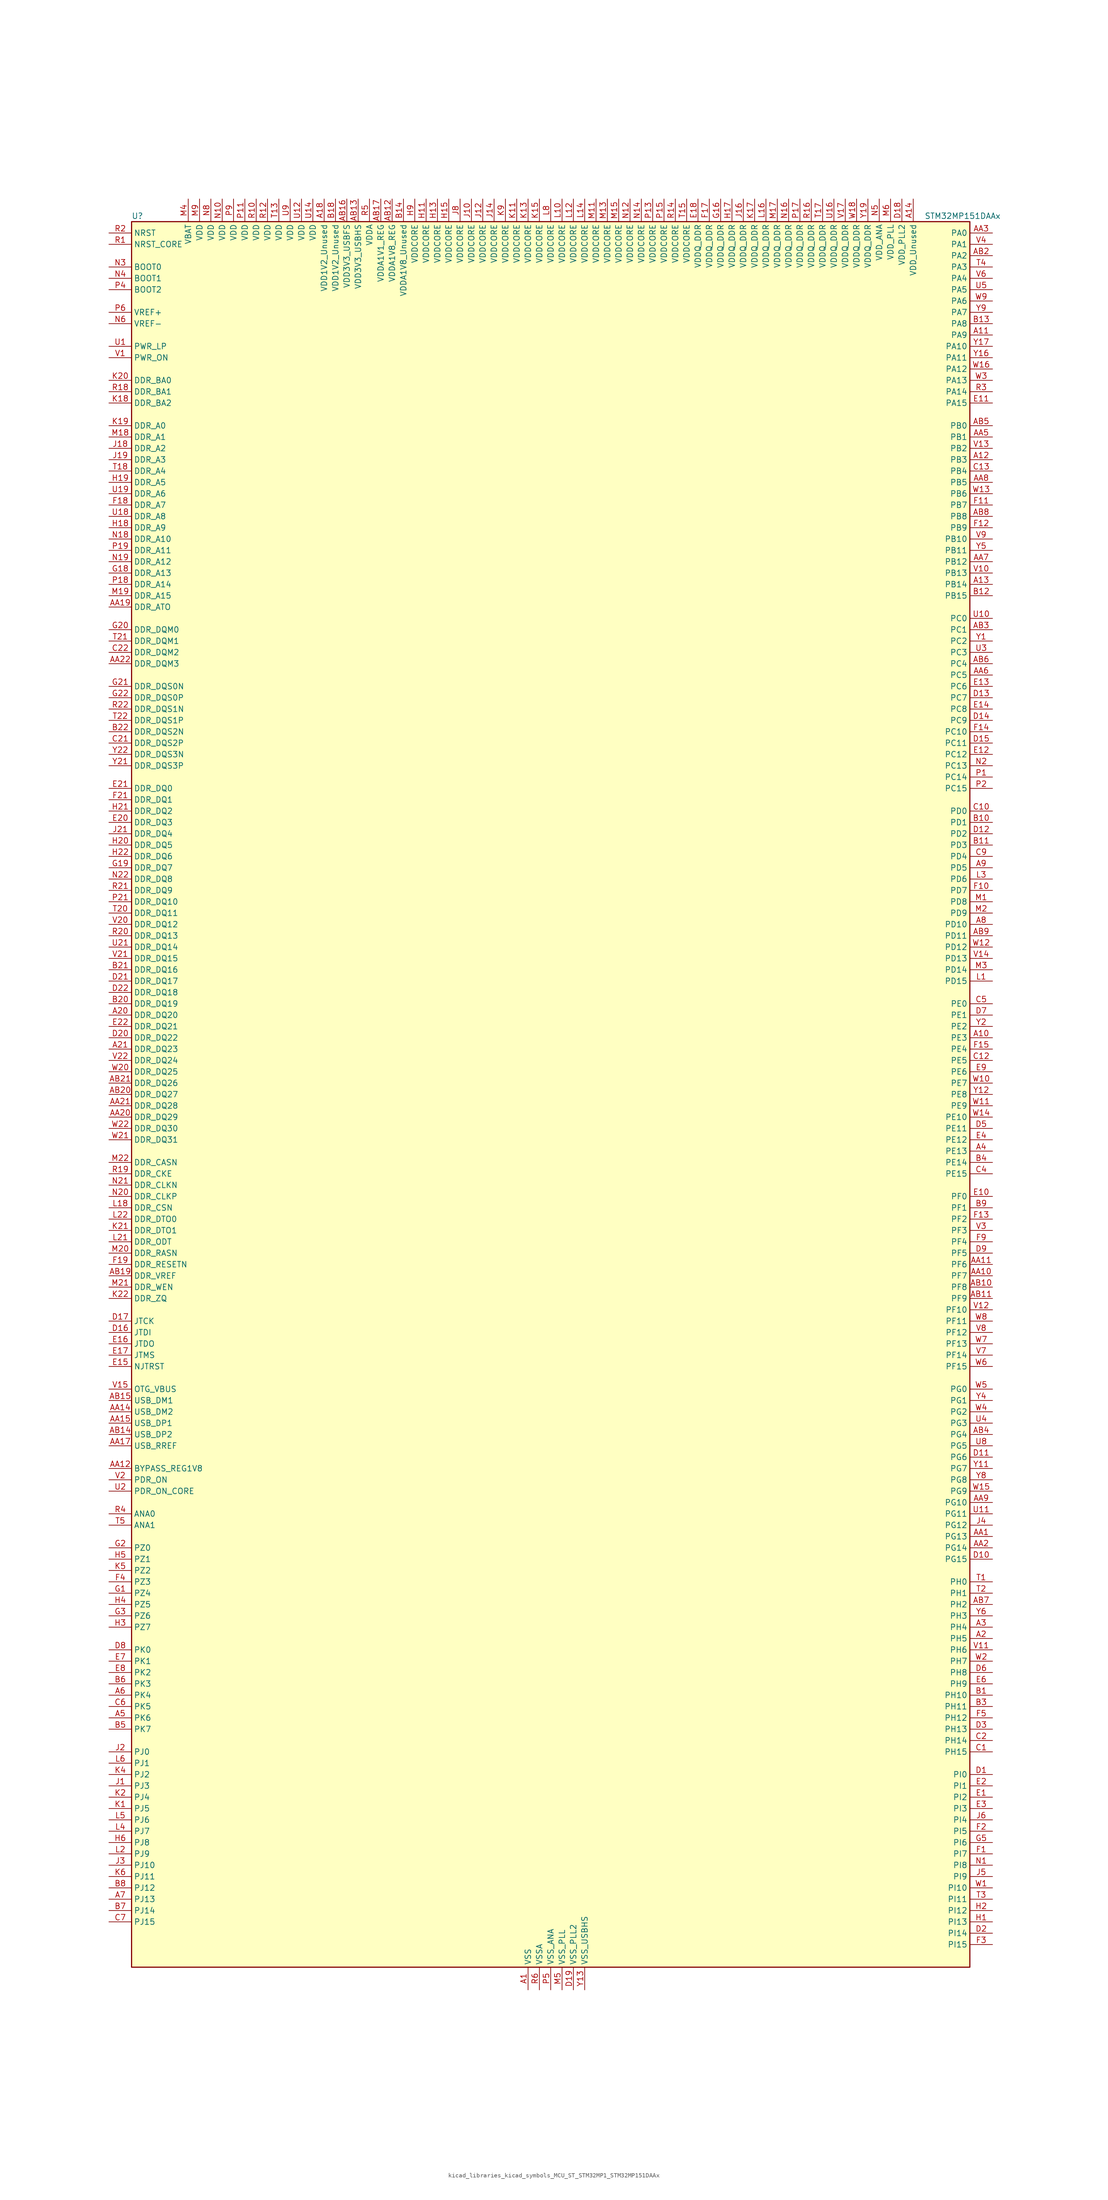
<source format=kicad_sym>
(kicad_symbol_lib
  (version 20220914)
  (generator kicad_symbol_editor)
  (symbol "kicad_libraries_kicad_symbols_MCU_ST_STM32MP1_STM32MP151DAAx"
    (property "Reference" "U"
      (at -93.98 196.85 0)
      (effects (font (size 1.27 1.27)) (justify left)))
    (property "Value" "STM32MP151DAAx"
      (at 83.82 196.85 0)
      (effects (font (size 1.27 1.27)) (justify left)))
    (property "ki_locked" ""
      (at 0 0 0)
      (effects (font (size 1.27 1.27))))
    (symbol "kicad_libraries_kicad_symbols_MCU_ST_STM32MP1_STM32MP151DAAx_0_1"
      (rectangle (start -93.98 -195.58) (end 93.98 195.58) (stroke (width 0.254) (type default)) (fill (type background))))
    (symbol "kicad_libraries_kicad_symbols_MCU_ST_STM32MP1_STM32MP151DAAx_1_1"
      (pin power_in line (at -5.08 -200.66 90) (length 5.08) (name "VSS" (effects (font (size 1.27 1.27)))) (number "A1" (effects (font (size 1.27 1.27)))))
      (pin bidirectional line (at 99.06 12.7 180) (length 5.08) (name "PE3" (effects (font (size 1.27 1.27)))) (number "A10" (effects (font (size 1.27 1.27)))) (alternate "DEBUG_TRACED0" bidirectional line) (alternate "FMC_A19" bidirectional line) (alternate "SAI1_SD_B" bidirectional line) (alternate "SDMMC2_CK" bidirectional line) (alternate "TIM15_BKIN" bidirectional line))
      (pin bidirectional line (at 99.06 170.18 180) (length 5.08) (name "PA9" (effects (font (size 1.27 1.27)))) (number "A11" (effects (font (size 1.27 1.27)))) (alternate "DAC1_EXTI9" bidirectional line) (alternate "DCMI_D0" bidirectional line) (alternate "I2C3_SMBA" bidirectional line) (alternate "I2S2_CK" bidirectional line) (alternate "LTDC_R5" bidirectional line) (alternate "SDMMC2_CDIR" bidirectional line) (alternate "SDMMC2_D5" bidirectional line) (alternate "SPI2_SCK" bidirectional line) (alternate "TIM1_CH2" bidirectional line) (alternate "USART1_TX" bidirectional line))
      (pin bidirectional line (at 99.06 142.24 180) (length 5.08) (name "PB3" (effects (font (size 1.27 1.27)))) (number "A12" (effects (font (size 1.27 1.27)))) (alternate "DEBUG_TRACED9" bidirectional line) (alternate "I2S1_CK" bidirectional line) (alternate "I2S3_CK" bidirectional line) (alternate "SAI4_CK1" bidirectional line) (alternate "SAI4_MCLK_A" bidirectional line) (alternate "SDMMC2_D2" bidirectional line) (alternate "SPI1_SCK" bidirectional line) (alternate "SPI3_SCK" bidirectional line) (alternate "SPI6_SCK" bidirectional line) (alternate "TIM2_CH2" bidirectional line) (alternate "UART7_RX" bidirectional line))
      (pin bidirectional line (at 99.06 114.3 180) (length 5.08) (name "PB14" (effects (font (size 1.27 1.27)))) (number "A13" (effects (font (size 1.27 1.27)))) (alternate "DFSDM1_DATIN2" bidirectional line) (alternate "I2S2_SDI" bidirectional line) (alternate "SDMMC2_D0" bidirectional line) (alternate "SPI2_MISO" bidirectional line) (alternate "TIM12_CH1" bidirectional line) (alternate "TIM1_CH2N" bidirectional line) (alternate "TIM8_CH2N" bidirectional line) (alternate "USART1_TX" bidirectional line) (alternate "USART3_DE" bidirectional line) (alternate "USART3_RTS" bidirectional line))
      (pin power_in line (at 81.28 200.66 270) (length 5.08) (name "VDD_Unused" (effects (font (size 1.27 1.27)))) (number "A14" (effects (font (size 1.27 1.27)))))
      (pin no_connect line (at -93.98 -195.58 0) (length 5.08) hide (name "DNU" (effects (font (size 1.27 1.27)))) (number "A15" (effects (font (size 1.27 1.27)))))
      (pin no_connect line (at -93.98 -193.04 0) (length 5.08) hide (name "DNU" (effects (font (size 1.27 1.27)))) (number "A16" (effects (font (size 1.27 1.27)))))
      (pin no_connect line (at -93.98 -190.5 0) (length 5.08) hide (name "DNU" (effects (font (size 1.27 1.27)))) (number "A17" (effects (font (size 1.27 1.27)))))
      (pin power_in line (at -50.8 200.66 270) (length 5.08) (name "VDD1V2_Unused" (effects (font (size 1.27 1.27)))) (number "A18" (effects (font (size 1.27 1.27)))))
      (pin passive line (at -5.08 -200.66 90) (length 5.08) hide (name "VSS" (effects (font (size 1.27 1.27)))) (number "A19" (effects (font (size 1.27 1.27)))))
      (pin bidirectional line (at 99.06 -121.92 180) (length 5.08) (name "PH5" (effects (font (size 1.27 1.27)))) (number "A2" (effects (font (size 1.27 1.27)))) (alternate "I2C2_SDA" bidirectional line) (alternate "SAI4_SD_B" bidirectional line) (alternate "SPI5_NSS" bidirectional line))
      (pin bidirectional line (at -99.06 17.78 0) (length 5.08) (name "DDR_DQ20" (effects (font (size 1.27 1.27)))) (number "A20" (effects (font (size 1.27 1.27)))) (alternate "DDR_DQ20" bidirectional line))
      (pin bidirectional line (at -99.06 10.16 0) (length 5.08) (name "DDR_DQ23" (effects (font (size 1.27 1.27)))) (number "A21" (effects (font (size 1.27 1.27)))) (alternate "DDR_DQ23" bidirectional line))
      (pin passive line (at -5.08 -200.66 90) (length 5.08) hide (name "VSS" (effects (font (size 1.27 1.27)))) (number "A22" (effects (font (size 1.27 1.27)))))
      (pin bidirectional line (at 99.06 -119.38 180) (length 5.08) (name "PH4" (effects (font (size 1.27 1.27)))) (number "A3" (effects (font (size 1.27 1.27)))) (alternate "I2C2_SCL" bidirectional line) (alternate "LTDC_G4" bidirectional line) (alternate "LTDC_G5" bidirectional line))
      (pin bidirectional line (at 99.06 -12.7 180) (length 5.08) (name "PE13" (effects (font (size 1.27 1.27)))) (number "A4" (effects (font (size 1.27 1.27)))) (alternate "DCMI_D6" bidirectional line) (alternate "DFSDM1_CKIN5" bidirectional line) (alternate "FMC_D10" bidirectional line) (alternate "FMC_DA10" bidirectional line) (alternate "HDP_HDP2" bidirectional line) (alternate "LTDC_DE" bidirectional line) (alternate "SAI2_FS_B" bidirectional line) (alternate "SPI4_MISO" bidirectional line) (alternate "TIM1_CH3" bidirectional line))
      (pin bidirectional line (at -99.06 -139.7 0) (length 5.08) (name "PK6" (effects (font (size 1.27 1.27)))) (number "A5" (effects (font (size 1.27 1.27)))) (alternate "DEBUG_TRACED7" bidirectional line) (alternate "HDP_HDP7" bidirectional line) (alternate "LTDC_B7" bidirectional line))
      (pin bidirectional line (at -99.06 -134.62 0) (length 5.08) (name "PK4" (effects (font (size 1.27 1.27)))) (number "A6" (effects (font (size 1.27 1.27)))) (alternate "LTDC_B5" bidirectional line))
      (pin bidirectional line (at -99.06 -180.34 0) (length 5.08) (name "PJ13" (effects (font (size 1.27 1.27)))) (number "A7" (effects (font (size 1.27 1.27)))) (alternate "LTDC_B1" bidirectional line) (alternate "LTDC_G4" bidirectional line))
      (pin bidirectional line (at 99.06 38.1 180) (length 5.08) (name "PD10" (effects (font (size 1.27 1.27)))) (number "A8" (effects (font (size 1.27 1.27)))) (alternate "DFSDM1_CKOUT" bidirectional line) (alternate "FMC_D15" bidirectional line) (alternate "FMC_DA15" bidirectional line) (alternate "I2C5_SMBA" bidirectional line) (alternate "I2S3_SDI" bidirectional line) (alternate "LTDC_B3" bidirectional line) (alternate "RTC_REFIN" bidirectional line) (alternate "SAI3_FS_B" bidirectional line) (alternate "SPI3_MISO" bidirectional line) (alternate "TIM16_BKIN" bidirectional line) (alternate "USART3_CK" bidirectional line))
      (pin bidirectional line (at 99.06 50.8 180) (length 5.08) (name "PD5" (effects (font (size 1.27 1.27)))) (number "A9" (effects (font (size 1.27 1.27)))) (alternate "FMC_NWE" bidirectional line) (alternate "SDMMC3_D2" bidirectional line) (alternate "USART2_TX" bidirectional line))
      (pin bidirectional line (at 99.06 -99.06 180) (length 5.08) (name "PG13" (effects (font (size 1.27 1.27)))) (number "AA1" (effects (font (size 1.27 1.27)))) (alternate "DEBUG_TRACED0" bidirectional line) (alternate "ETH1_TXD0" bidirectional line) (alternate "FMC_A24" bidirectional line) (alternate "LPTIM1_OUT" bidirectional line) (alternate "LTDC_R0" bidirectional line) (alternate "SAI1_CK2" bidirectional line) (alternate "SAI1_SCK_A" bidirectional line) (alternate "SAI4_CK1" bidirectional line) (alternate "SAI4_MCLK_A" bidirectional line) (alternate "SPI6_SCK" bidirectional line) (alternate "USART6_CTS" bidirectional line) (alternate "USART6_NSS" bidirectional line))
      (pin bidirectional line (at 99.06 -40.64 180) (length 5.08) (name "PF7" (effects (font (size 1.27 1.27)))) (number "AA10" (effects (font (size 1.27 1.27)))) (alternate "QUADSPI_BK1_IO2" bidirectional line) (alternate "SAI1_MCLK_B" bidirectional line) (alternate "SPI5_SCK" bidirectional line) (alternate "TIM17_CH1" bidirectional line) (alternate "UART7_TX" bidirectional line))
      (pin bidirectional line (at 99.06 -38.1 180) (length 5.08) (name "PF6" (effects (font (size 1.27 1.27)))) (number "AA11" (effects (font (size 1.27 1.27)))) (alternate "QUADSPI_BK1_IO3" bidirectional line) (alternate "SAI1_SD_B" bidirectional line) (alternate "SAI4_SCK_B" bidirectional line) (alternate "SPI5_NSS" bidirectional line) (alternate "TIM16_CH1" bidirectional line) (alternate "UART7_RX" bidirectional line))
      (pin bidirectional line (at -99.06 -83.82 0) (length 5.08) (name "BYPASS_REG1V8" (effects (font (size 1.27 1.27)))) (number "AA12" (effects (font (size 1.27 1.27)))))
      (pin passive line (at 7.62 -200.66 90) (length 5.08) hide (name "VSS_USBHS" (effects (font (size 1.27 1.27)))) (number "AA13" (effects (font (size 1.27 1.27)))))
      (pin bidirectional line (at -99.06 -71.12 0) (length 5.08) (name "USB_DM2" (effects (font (size 1.27 1.27)))) (number "AA14" (effects (font (size 1.27 1.27)))) (alternate "USBH_HS2_DM" bidirectional line) (alternate "USB_OTG_HS_DM" bidirectional line))
      (pin bidirectional line (at -99.06 -73.66 0) (length 5.08) (name "USB_DP1" (effects (font (size 1.27 1.27)))) (number "AA15" (effects (font (size 1.27 1.27)))) (alternate "USBH_HS1_DP" bidirectional line))
      (pin passive line (at 7.62 -200.66 90) (length 5.08) hide (name "VSS_USBHS" (effects (font (size 1.27 1.27)))) (number "AA16" (effects (font (size 1.27 1.27)))))
      (pin bidirectional line (at -99.06 -78.74 0) (length 5.08) (name "USB_RREF" (effects (font (size 1.27 1.27)))) (number "AA17" (effects (font (size 1.27 1.27)))))
      (pin passive line (at -5.08 -200.66 90) (length 5.08) hide (name "VSS" (effects (font (size 1.27 1.27)))) (number "AA18" (effects (font (size 1.27 1.27)))))
      (pin bidirectional line (at -99.06 109.22 0) (length 5.08) (name "DDR_ATO" (effects (font (size 1.27 1.27)))) (number "AA19" (effects (font (size 1.27 1.27)))) (alternate "DDR_ATO" bidirectional line))
      (pin bidirectional line (at 99.06 -101.6 180) (length 5.08) (name "PG14" (effects (font (size 1.27 1.27)))) (number "AA2" (effects (font (size 1.27 1.27)))) (alternate "DEBUG_TRACED1" bidirectional line) (alternate "ETH1_TXD1" bidirectional line) (alternate "FMC_A25" bidirectional line) (alternate "LPTIM1_ETR" bidirectional line) (alternate "LTDC_B0" bidirectional line) (alternate "QUADSPI_BK2_IO3" bidirectional line) (alternate "SAI4_D1" bidirectional line) (alternate "SAI4_SD_A" bidirectional line) (alternate "SPI6_MOSI" bidirectional line) (alternate "USART6_TX" bidirectional line))
      (pin bidirectional line (at -99.06 -5.08 0) (length 5.08) (name "DDR_DQ29" (effects (font (size 1.27 1.27)))) (number "AA20" (effects (font (size 1.27 1.27)))) (alternate "DDR_DQ29" bidirectional line))
      (pin bidirectional line (at -99.06 -2.54 0) (length 5.08) (name "DDR_DQ28" (effects (font (size 1.27 1.27)))) (number "AA21" (effects (font (size 1.27 1.27)))) (alternate "DDR_DQ28" bidirectional line))
      (pin bidirectional line (at -99.06 96.52 0) (length 5.08) (name "DDR_DQM3" (effects (font (size 1.27 1.27)))) (number "AA22" (effects (font (size 1.27 1.27)))) (alternate "DDR_DQM3" bidirectional line))
      (pin bidirectional line (at 99.06 193.04 180) (length 5.08) (name "PA0" (effects (font (size 1.27 1.27)))) (number "AA3" (effects (font (size 1.27 1.27)))) (alternate "ADC1_INP16" bidirectional line) (alternate "ETH1_CRS" bidirectional line) (alternate "PWR_WKUP1" bidirectional line) (alternate "SAI2_SD_B" bidirectional line) (alternate "SDMMC2_CMD" bidirectional line) (alternate "TIM15_BKIN" bidirectional line) (alternate "TIM2_CH1" bidirectional line) (alternate "TIM2_ETR" bidirectional line) (alternate "TIM5_CH1" bidirectional line) (alternate "TIM8_ETR" bidirectional line) (alternate "UART4_TX" bidirectional line) (alternate "USART2_CTS" bidirectional line) (alternate "USART2_NSS" bidirectional line))
      (pin passive line (at -5.08 -200.66 90) (length 5.08) hide (name "VSS" (effects (font (size 1.27 1.27)))) (number "AA4" (effects (font (size 1.27 1.27)))))
      (pin bidirectional line (at 99.06 147.32 180) (length 5.08) (name "PB1" (effects (font (size 1.27 1.27)))) (number "AA5" (effects (font (size 1.27 1.27)))) (alternate "ADC1_INP5" bidirectional line) (alternate "ADC2_INP5" bidirectional line) (alternate "DFSDM1_DATIN1" bidirectional line) (alternate "ETH1_RXD3" bidirectional line) (alternate "LTDC_G0" bidirectional line) (alternate "LTDC_R6" bidirectional line) (alternate "TIM1_CH3N" bidirectional line) (alternate "TIM3_CH4" bidirectional line) (alternate "TIM8_CH3N" bidirectional line))
      (pin bidirectional line (at 99.06 93.98 180) (length 5.08) (name "PC5" (effects (font (size 1.27 1.27)))) (number "AA6" (effects (font (size 1.27 1.27)))) (alternate "ADC1_INN4" bidirectional line) (alternate "ADC1_INP8" bidirectional line) (alternate "ADC2_INN4" bidirectional line) (alternate "ADC2_INP8" bidirectional line) (alternate "DFSDM1_DATIN2" bidirectional line) (alternate "ETH1_RXD1" bidirectional line) (alternate "SAI1_D3" bidirectional line) (alternate "SAI1_D4" bidirectional line) (alternate "SAI4_D3" bidirectional line) (alternate "SAI4_D4" bidirectional line) (alternate "SPDIFRX_IN3" bidirectional line))
      (pin bidirectional line (at 99.06 119.38 180) (length 5.08) (name "PB12" (effects (font (size 1.27 1.27)))) (number "AA7" (effects (font (size 1.27 1.27)))) (alternate "DFSDM1_DATIN1" bidirectional line) (alternate "ETH1_TXD0" bidirectional line) (alternate "I2C2_SMBA" bidirectional line) (alternate "I2C6_SMBA" bidirectional line) (alternate "I2S2_WS" bidirectional line) (alternate "SPI2_NSS" bidirectional line) (alternate "TIM1_BKIN" bidirectional line) (alternate "UART5_RX" bidirectional line) (alternate "USART3_CK" bidirectional line) (alternate "USART3_RX" bidirectional line))
      (pin bidirectional line (at 99.06 137.16 180) (length 5.08) (name "PB5" (effects (font (size 1.27 1.27)))) (number "AA8" (effects (font (size 1.27 1.27)))) (alternate "DCMI_D10" bidirectional line) (alternate "ETH1_CLK" bidirectional line) (alternate "ETH1_PPS_OUT" bidirectional line) (alternate "I2C1_SMBA" bidirectional line) (alternate "I2C4_SMBA" bidirectional line) (alternate "I2S1_SDO" bidirectional line) (alternate "I2S3_SDO" bidirectional line) (alternate "LTDC_G7" bidirectional line) (alternate "SAI4_D1" bidirectional line) (alternate "SAI4_SD_A" bidirectional line) (alternate "SPI1_MOSI" bidirectional line) (alternate "SPI3_MOSI" bidirectional line) (alternate "SPI6_MOSI" bidirectional line) (alternate "TIM17_BKIN" bidirectional line) (alternate "TIM3_CH2" bidirectional line) (alternate "UART5_RX" bidirectional line))
      (pin bidirectional line (at 99.06 -91.44 180) (length 5.08) (name "PG10" (effects (font (size 1.27 1.27)))) (number "AA9" (effects (font (size 1.27 1.27)))) (alternate "DCMI_D2" bidirectional line) (alternate "DEBUG_TRACED10" bidirectional line) (alternate "FMC_NE3" bidirectional line) (alternate "LTDC_B2" bidirectional line) (alternate "LTDC_G3" bidirectional line) (alternate "QUADSPI_BK2_IO2" bidirectional line) (alternate "SAI2_SD_B" bidirectional line) (alternate "UART8_CTS" bidirectional line))
      (pin passive line (at -5.08 -200.66 90) (length 5.08) hide (name "VSS" (effects (font (size 1.27 1.27)))) (number "AB1" (effects (font (size 1.27 1.27)))))
      (pin bidirectional line (at 99.06 -43.18 180) (length 5.08) (name "PF8" (effects (font (size 1.27 1.27)))) (number "AB10" (effects (font (size 1.27 1.27)))) (alternate "DEBUG_TRACED12" bidirectional line) (alternate "QUADSPI_BK1_IO0" bidirectional line) (alternate "SAI1_SCK_B" bidirectional line) (alternate "SPI5_MISO" bidirectional line) (alternate "TIM13_CH1" bidirectional line) (alternate "TIM16_CH1N" bidirectional line) (alternate "UART7_DE" bidirectional line) (alternate "UART7_RTS" bidirectional line))
      (pin bidirectional line (at 99.06 -45.72 180) (length 5.08) (name "PF9" (effects (font (size 1.27 1.27)))) (number "AB11" (effects (font (size 1.27 1.27)))) (alternate "DAC1_EXTI9" bidirectional line) (alternate "DEBUG_TRACED13" bidirectional line) (alternate "QUADSPI_BK1_IO1" bidirectional line) (alternate "SAI1_FS_B" bidirectional line) (alternate "SPI5_MOSI" bidirectional line) (alternate "TIM14_CH1" bidirectional line) (alternate "TIM17_CH1N" bidirectional line) (alternate "UART7_CTS" bidirectional line))
      (pin power_in line (at -35.56 200.66 270) (length 5.08) (name "VDDA1V8_REG" (effects (font (size 1.27 1.27)))) (number "AB12" (effects (font (size 1.27 1.27)))))
      (pin power_in line (at -43.18 200.66 270) (length 5.08) (name "VDD3V3_USBHS" (effects (font (size 1.27 1.27)))) (number "AB13" (effects (font (size 1.27 1.27)))))
      (pin bidirectional line (at -99.06 -76.2 0) (length 5.08) (name "USB_DP2" (effects (font (size 1.27 1.27)))) (number "AB14" (effects (font (size 1.27 1.27)))) (alternate "USBH_HS2_DP" bidirectional line) (alternate "USB_OTG_HS_DP" bidirectional line))
      (pin bidirectional line (at -99.06 -68.58 0) (length 5.08) (name "USB_DM1" (effects (font (size 1.27 1.27)))) (number "AB15" (effects (font (size 1.27 1.27)))) (alternate "USBH_HS1_DM" bidirectional line))
      (pin power_in line (at -45.72 200.66 270) (length 5.08) (name "VDD3V3_USBFS" (effects (font (size 1.27 1.27)))) (number "AB16" (effects (font (size 1.27 1.27)))))
      (pin power_in line (at -38.1 200.66 270) (length 5.08) (name "VDDA1V1_REG" (effects (font (size 1.27 1.27)))) (number "AB17" (effects (font (size 1.27 1.27)))))
      (pin passive line (at -5.08 -200.66 90) (length 5.08) hide (name "VSS" (effects (font (size 1.27 1.27)))) (number "AB18" (effects (font (size 1.27 1.27)))))
      (pin bidirectional line (at -99.06 -40.64 0) (length 5.08) (name "DDR_VREF" (effects (font (size 1.27 1.27)))) (number "AB19" (effects (font (size 1.27 1.27)))) (alternate "DDR_VREF" bidirectional line))
      (pin bidirectional line (at 99.06 187.96 180) (length 5.08) (name "PA2" (effects (font (size 1.27 1.27)))) (number "AB2" (effects (font (size 1.27 1.27)))) (alternate "ADC1_INP14" bidirectional line) (alternate "ETH1_MDIO" bidirectional line) (alternate "LPTIM4_OUT" bidirectional line) (alternate "LTDC_R1" bidirectional line) (alternate "PWR_WKUP2" bidirectional line) (alternate "SAI2_SCK_B" bidirectional line) (alternate "SDMMC2_D0DIR" bidirectional line) (alternate "TIM15_CH1" bidirectional line) (alternate "TIM2_CH3" bidirectional line) (alternate "TIM5_CH3" bidirectional line) (alternate "USART2_TX" bidirectional line))
      (pin bidirectional line (at -99.06 0 0) (length 5.08) (name "DDR_DQ27" (effects (font (size 1.27 1.27)))) (number "AB20" (effects (font (size 1.27 1.27)))) (alternate "DDR_DQ27" bidirectional line))
      (pin bidirectional line (at -99.06 2.54 0) (length 5.08) (name "DDR_DQ26" (effects (font (size 1.27 1.27)))) (number "AB21" (effects (font (size 1.27 1.27)))) (alternate "DDR_DQ26" bidirectional line))
      (pin passive line (at -5.08 -200.66 90) (length 5.08) hide (name "VSS" (effects (font (size 1.27 1.27)))) (number "AB22" (effects (font (size 1.27 1.27)))))
      (pin bidirectional line (at 99.06 104.14 180) (length 5.08) (name "PC1" (effects (font (size 1.27 1.27)))) (number "AB3" (effects (font (size 1.27 1.27)))) (alternate "ADC1_INN10" bidirectional line) (alternate "ADC1_INP11" bidirectional line) (alternate "ADC2_INN10" bidirectional line) (alternate "ADC2_INP11" bidirectional line) (alternate "DEBUG_TRACED0" bidirectional line) (alternate "DFSDM1_CKIN4" bidirectional line) (alternate "DFSDM1_DATIN0" bidirectional line) (alternate "ETH1_MDC" bidirectional line) (alternate "I2S2_SDO" bidirectional line) (alternate "PWR_WKUP6" bidirectional line) (alternate "SAI1_D1" bidirectional line) (alternate "SAI1_SD_A" bidirectional line) (alternate "SDMMC2_CK" bidirectional line) (alternate "SPI2_MOSI" bidirectional line) (alternate "TAMP_IN3" bidirectional line))
      (pin bidirectional line (at 99.06 -76.2 180) (length 5.08) (name "PG4" (effects (font (size 1.27 1.27)))) (number "AB4" (effects (font (size 1.27 1.27)))) (alternate "ETH1_GTX_CLK" bidirectional line) (alternate "FMC_A14" bidirectional line) (alternate "TIM1_BKIN2" bidirectional line))
      (pin bidirectional line (at 99.06 149.86 180) (length 5.08) (name "PB0" (effects (font (size 1.27 1.27)))) (number "AB5" (effects (font (size 1.27 1.27)))) (alternate "ADC1_INN5" bidirectional line) (alternate "ADC1_INP9" bidirectional line) (alternate "ADC2_INN5" bidirectional line) (alternate "ADC2_INP9" bidirectional line) (alternate "DFSDM1_CKOUT" bidirectional line) (alternate "ETH1_RXD2" bidirectional line) (alternate "LTDC_G1" bidirectional line) (alternate "LTDC_R3" bidirectional line) (alternate "TIM1_CH2N" bidirectional line) (alternate "TIM3_CH3" bidirectional line) (alternate "TIM8_CH2N" bidirectional line) (alternate "UART4_CTS" bidirectional line))
      (pin bidirectional line (at 99.06 96.52 180) (length 5.08) (name "PC4" (effects (font (size 1.27 1.27)))) (number "AB6" (effects (font (size 1.27 1.27)))) (alternate "ADC1_INP4" bidirectional line) (alternate "ADC2_INP4" bidirectional line) (alternate "DFSDM1_CKIN2" bidirectional line) (alternate "ETH1_RXD0" bidirectional line) (alternate "I2S1_MCK" bidirectional line) (alternate "SPDIFRX_IN2" bidirectional line))
      (pin bidirectional line (at 99.06 -114.3 180) (length 5.08) (name "PH2" (effects (font (size 1.27 1.27)))) (number "AB7" (effects (font (size 1.27 1.27)))) (alternate "ETH1_CRS" bidirectional line) (alternate "LPTIM1_IN2" bidirectional line) (alternate "LTDC_R0" bidirectional line) (alternate "QUADSPI_BK2_IO0" bidirectional line) (alternate "SAI2_SCK_B" bidirectional line))
      (pin bidirectional line (at 99.06 129.54 180) (length 5.08) (name "PB8" (effects (font (size 1.27 1.27)))) (number "AB8" (effects (font (size 1.27 1.27)))) (alternate "DCMI_D6" bidirectional line) (alternate "DFSDM1_CKIN7" bidirectional line) (alternate "ETH1_TXD3" bidirectional line) (alternate "HDP_HDP6" bidirectional line) (alternate "I2C1_SCL" bidirectional line) (alternate "I2C4_SCL" bidirectional line) (alternate "LTDC_B6" bidirectional line) (alternate "SDMMC1_CKIN" bidirectional line) (alternate "SDMMC1_D4" bidirectional line) (alternate "SDMMC2_CKIN" bidirectional line) (alternate "SDMMC2_D4" bidirectional line) (alternate "TIM16_CH1" bidirectional line) (alternate "TIM4_CH3" bidirectional line) (alternate "UART4_RX" bidirectional line))
      (pin bidirectional line (at 99.06 35.56 180) (length 5.08) (name "PD11" (effects (font (size 1.27 1.27)))) (number "AB9" (effects (font (size 1.27 1.27)))) (alternate "ADC1_EXTI11" bidirectional line) (alternate "ADC2_EXTI11" bidirectional line) (alternate "FMC_A16" bidirectional line) (alternate "FMC_CLE" bidirectional line) (alternate "I2C1_SMBA" bidirectional line) (alternate "I2C4_SMBA" bidirectional line) (alternate "LPTIM2_IN2" bidirectional line) (alternate "QUADSPI_BK1_IO0" bidirectional line) (alternate "SAI2_SD_A" bidirectional line) (alternate "USART3_CTS" bidirectional line) (alternate "USART3_NSS" bidirectional line))
      (pin bidirectional line (at 99.06 -134.62 180) (length 5.08) (name "PH10" (effects (font (size 1.27 1.27)))) (number "B1" (effects (font (size 1.27 1.27)))) (alternate "DCMI_D1" bidirectional line) (alternate "I2C1_SMBA" bidirectional line) (alternate "I2C4_SMBA" bidirectional line) (alternate "LTDC_R4" bidirectional line) (alternate "TIM5_CH1" bidirectional line))
      (pin bidirectional line (at 99.06 60.96 180) (length 5.08) (name "PD1" (effects (font (size 1.27 1.27)))) (number "B10" (effects (font (size 1.27 1.27)))) (alternate "DFSDM1_CKIN7" bidirectional line) (alternate "DFSDM1_DATIN6" bidirectional line) (alternate "FMC_D3" bidirectional line) (alternate "FMC_DA3" bidirectional line) (alternate "I2C5_SCL" bidirectional line) (alternate "I2C6_SCL" bidirectional line) (alternate "SAI3_SD_A" bidirectional line) (alternate "SDMMC3_D0" bidirectional line) (alternate "UART4_TX" bidirectional line))
      (pin bidirectional line (at 99.06 55.88 180) (length 5.08) (name "PD3" (effects (font (size 1.27 1.27)))) (number "B11" (effects (font (size 1.27 1.27)))) (alternate "DCMI_D5" bidirectional line) (alternate "DFSDM1_CKOUT" bidirectional line) (alternate "DFSDM1_DATIN0" bidirectional line) (alternate "FMC_CLK" bidirectional line) (alternate "HDP_HDP5" bidirectional line) (alternate "I2S2_CK" bidirectional line) (alternate "LTDC_G7" bidirectional line) (alternate "SDMMC1_D123DIR" bidirectional line) (alternate "SDMMC1_D7" bidirectional line) (alternate "SDMMC2_D123DIR" bidirectional line) (alternate "SDMMC2_D7" bidirectional line) (alternate "SPI2_SCK" bidirectional line) (alternate "USART2_CTS" bidirectional line) (alternate "USART2_NSS" bidirectional line))
      (pin bidirectional line (at 99.06 111.76 180) (length 5.08) (name "PB15" (effects (font (size 1.27 1.27)))) (number "B12" (effects (font (size 1.27 1.27)))) (alternate "ADC1_EXTI15" bidirectional line) (alternate "ADC2_EXTI15" bidirectional line) (alternate "DFSDM1_CKIN2" bidirectional line) (alternate "I2S2_SDO" bidirectional line) (alternate "RTC_REFIN" bidirectional line) (alternate "SDMMC2_D1" bidirectional line) (alternate "SPI2_MOSI" bidirectional line) (alternate "TIM12_CH2" bidirectional line) (alternate "TIM1_CH3N" bidirectional line) (alternate "TIM8_CH3N" bidirectional line) (alternate "USART1_RX" bidirectional line))
      (pin bidirectional line (at 99.06 172.72 180) (length 5.08) (name "PA8" (effects (font (size 1.27 1.27)))) (number "B13" (effects (font (size 1.27 1.27)))) (alternate "I2C3_SCL" bidirectional line) (alternate "I2S3_SDO" bidirectional line) (alternate "LTDC_R6" bidirectional line) (alternate "RCC_MCO_1" bidirectional line) (alternate "SAI4_SD_B" bidirectional line) (alternate "SDMMC2_CKIN" bidirectional line) (alternate "SDMMC2_D4" bidirectional line) (alternate "SPI3_MOSI" bidirectional line) (alternate "TIM1_CH1" bidirectional line) (alternate "TIM8_BKIN2" bidirectional line) (alternate "UART7_RX" bidirectional line) (alternate "USART1_CK" bidirectional line) (alternate "USB_OTG_HS_SOF" bidirectional line))
      (pin power_in line (at -33.02 200.66 270) (length 5.08) (name "VDDA1V8_Unused" (effects (font (size 1.27 1.27)))) (number "B14" (effects (font (size 1.27 1.27)))))
      (pin no_connect line (at -93.98 -187.96 0) (length 5.08) hide (name "DNU" (effects (font (size 1.27 1.27)))) (number "B15" (effects (font (size 1.27 1.27)))))
      (pin no_connect line (at -93.98 -185.42 0) (length 5.08) hide (name "DNU" (effects (font (size 1.27 1.27)))) (number "B16" (effects (font (size 1.27 1.27)))))
      (pin no_connect line (at -93.98 -182.88 0) (length 5.08) hide (name "DNU" (effects (font (size 1.27 1.27)))) (number "B17" (effects (font (size 1.27 1.27)))))
      (pin power_in line (at -48.26 200.66 270) (length 5.08) (name "VDD1V2_Unused" (effects (font (size 1.27 1.27)))) (number "B18" (effects (font (size 1.27 1.27)))))
      (pin passive line (at -5.08 -200.66 90) (length 5.08) hide (name "VSS" (effects (font (size 1.27 1.27)))) (number "B19" (effects (font (size 1.27 1.27)))))
      (pin passive line (at -5.08 -200.66 90) (length 5.08) hide (name "VSS" (effects (font (size 1.27 1.27)))) (number "B2" (effects (font (size 1.27 1.27)))))
      (pin bidirectional line (at -99.06 20.32 0) (length 5.08) (name "DDR_DQ19" (effects (font (size 1.27 1.27)))) (number "B20" (effects (font (size 1.27 1.27)))) (alternate "DDR_DQ19" bidirectional line))
      (pin bidirectional line (at -99.06 27.94 0) (length 5.08) (name "DDR_DQ16" (effects (font (size 1.27 1.27)))) (number "B21" (effects (font (size 1.27 1.27)))) (alternate "DDR_DQ16" bidirectional line))
      (pin bidirectional line (at -99.06 81.28 0) (length 5.08) (name "DDR_DQS2N" (effects (font (size 1.27 1.27)))) (number "B22" (effects (font (size 1.27 1.27)))) (alternate "DDR_DQS2N" bidirectional line))
      (pin bidirectional line (at 99.06 -137.16 180) (length 5.08) (name "PH11" (effects (font (size 1.27 1.27)))) (number "B3" (effects (font (size 1.27 1.27)))) (alternate "ADC1_EXTI11" bidirectional line) (alternate "ADC2_EXTI11" bidirectional line) (alternate "DCMI_D2" bidirectional line) (alternate "I2C1_SCL" bidirectional line) (alternate "I2C4_SCL" bidirectional line) (alternate "LTDC_R5" bidirectional line) (alternate "TIM5_CH2" bidirectional line))
      (pin bidirectional line (at 99.06 -15.24 180) (length 5.08) (name "PE14" (effects (font (size 1.27 1.27)))) (number "B4" (effects (font (size 1.27 1.27)))) (alternate "FMC_D11" bidirectional line) (alternate "FMC_DA11" bidirectional line) (alternate "LTDC_CLK" bidirectional line) (alternate "LTDC_G0" bidirectional line) (alternate "SAI2_MCLK_B" bidirectional line) (alternate "SDMMC1_D123DIR" bidirectional line) (alternate "SPI4_MOSI" bidirectional line) (alternate "TIM1_CH4" bidirectional line) (alternate "UART8_DE" bidirectional line) (alternate "UART8_RTS" bidirectional line))
      (pin bidirectional line (at -99.06 -142.24 0) (length 5.08) (name "PK7" (effects (font (size 1.27 1.27)))) (number "B5" (effects (font (size 1.27 1.27)))) (alternate "LTDC_DE" bidirectional line))
      (pin bidirectional line (at -99.06 -132.08 0) (length 5.08) (name "PK3" (effects (font (size 1.27 1.27)))) (number "B6" (effects (font (size 1.27 1.27)))) (alternate "LTDC_B4" bidirectional line))
      (pin bidirectional line (at -99.06 -182.88 0) (length 5.08) (name "PJ14" (effects (font (size 1.27 1.27)))) (number "B7" (effects (font (size 1.27 1.27)))) (alternate "LTDC_B2" bidirectional line))
      (pin bidirectional line (at -99.06 -177.8 0) (length 5.08) (name "PJ12" (effects (font (size 1.27 1.27)))) (number "B8" (effects (font (size 1.27 1.27)))) (alternate "LTDC_B0" bidirectional line) (alternate "LTDC_G3" bidirectional line))
      (pin bidirectional line (at 99.06 -25.4 180) (length 5.08) (name "PF1" (effects (font (size 1.27 1.27)))) (number "B9" (effects (font (size 1.27 1.27)))) (alternate "FMC_A1" bidirectional line) (alternate "I2C2_SCL" bidirectional line) (alternate "SDMMC3_CDIR" bidirectional line) (alternate "SDMMC3_CMD" bidirectional line))
      (pin bidirectional line (at 99.06 -147.32 180) (length 5.08) (name "PH15" (effects (font (size 1.27 1.27)))) (number "C1" (effects (font (size 1.27 1.27)))) (alternate "ADC1_EXTI15" bidirectional line) (alternate "ADC2_EXTI15" bidirectional line) (alternate "DCMI_D11" bidirectional line) (alternate "LTDC_G4" bidirectional line) (alternate "TIM8_CH3N" bidirectional line))
      (pin bidirectional line (at 99.06 63.5 180) (length 5.08) (name "PD0" (effects (font (size 1.27 1.27)))) (number "C10" (effects (font (size 1.27 1.27)))) (alternate "DFSDM1_CKIN6" bidirectional line) (alternate "DFSDM1_DATIN7" bidirectional line) (alternate "FMC_D2" bidirectional line) (alternate "FMC_DA2" bidirectional line) (alternate "I2C5_SDA" bidirectional line) (alternate "I2C6_SDA" bidirectional line) (alternate "SAI3_SCK_A" bidirectional line) (alternate "SDMMC3_CMD" bidirectional line) (alternate "UART4_RX" bidirectional line))
      (pin passive line (at -5.08 -200.66 90) (length 5.08) hide (name "VSS" (effects (font (size 1.27 1.27)))) (number "C11" (effects (font (size 1.27 1.27)))))
      (pin bidirectional line (at 99.06 7.62 180) (length 5.08) (name "PE5" (effects (font (size 1.27 1.27)))) (number "C12" (effects (font (size 1.27 1.27)))) (alternate "DCMI_D6" bidirectional line) (alternate "DEBUG_TRACED3" bidirectional line) (alternate "DFSDM1_CKIN3" bidirectional line) (alternate "FMC_A21" bidirectional line) (alternate "LTDC_G0" bidirectional line) (alternate "SAI1_CK2" bidirectional line) (alternate "SAI1_SCK_A" bidirectional line) (alternate "SDMMC1_D0DIR" bidirectional line) (alternate "SDMMC1_D6" bidirectional line) (alternate "SDMMC2_D0DIR" bidirectional line) (alternate "SDMMC2_D6" bidirectional line) (alternate "SPI4_MISO" bidirectional line) (alternate "TIM15_CH1" bidirectional line))
      (pin bidirectional line (at 99.06 139.7 180) (length 5.08) (name "PB4" (effects (font (size 1.27 1.27)))) (number "C13" (effects (font (size 1.27 1.27)))) (alternate "DEBUG_TRACED8" bidirectional line) (alternate "I2S1_SDI" bidirectional line) (alternate "I2S2_WS" bidirectional line) (alternate "I2S3_SDI" bidirectional line) (alternate "SAI4_CK2" bidirectional line) (alternate "SAI4_SCK_A" bidirectional line) (alternate "SDMMC2_D3" bidirectional line) (alternate "SPI1_MISO" bidirectional line) (alternate "SPI2_NSS" bidirectional line) (alternate "SPI3_MISO" bidirectional line) (alternate "SPI6_MISO" bidirectional line) (alternate "TIM16_BKIN" bidirectional line) (alternate "TIM3_CH1" bidirectional line) (alternate "UART7_TX" bidirectional line))
      (pin passive line (at -5.08 -200.66 90) (length 5.08) hide (name "VSS" (effects (font (size 1.27 1.27)))) (number "C14" (effects (font (size 1.27 1.27)))))
      (pin passive line (at -5.08 -200.66 90) (length 5.08) hide (name "VSS" (effects (font (size 1.27 1.27)))) (number "C15" (effects (font (size 1.27 1.27)))))
      (pin passive line (at -5.08 -200.66 90) (length 5.08) hide (name "VSS" (effects (font (size 1.27 1.27)))) (number "C16" (effects (font (size 1.27 1.27)))))
      (pin passive line (at -5.08 -200.66 90) (length 5.08) hide (name "VSS" (effects (font (size 1.27 1.27)))) (number "C17" (effects (font (size 1.27 1.27)))))
      (pin passive line (at -5.08 -200.66 90) (length 5.08) hide (name "VSS" (effects (font (size 1.27 1.27)))) (number "C18" (effects (font (size 1.27 1.27)))))
      (pin passive line (at -5.08 -200.66 90) (length 5.08) hide (name "VSS" (effects (font (size 1.27 1.27)))) (number "C19" (effects (font (size 1.27 1.27)))))
      (pin bidirectional line (at 99.06 -144.78 180) (length 5.08) (name "PH14" (effects (font (size 1.27 1.27)))) (number "C2" (effects (font (size 1.27 1.27)))) (alternate "DCMI_D4" bidirectional line) (alternate "LTDC_G3" bidirectional line) (alternate "TIM8_CH2N" bidirectional line) (alternate "UART4_RX" bidirectional line))
      (pin passive line (at -5.08 -200.66 90) (length 5.08) hide (name "VSS" (effects (font (size 1.27 1.27)))) (number "C20" (effects (font (size 1.27 1.27)))))
      (pin bidirectional line (at -99.06 78.74 0) (length 5.08) (name "DDR_DQS2P" (effects (font (size 1.27 1.27)))) (number "C21" (effects (font (size 1.27 1.27)))) (alternate "DDR_DQS2P" bidirectional line))
      (pin bidirectional line (at -99.06 99.06 0) (length 5.08) (name "DDR_DQM2" (effects (font (size 1.27 1.27)))) (number "C22" (effects (font (size 1.27 1.27)))) (alternate "DDR_DQM2" bidirectional line))
      (pin passive line (at -5.08 -200.66 90) (length 5.08) hide (name "VSS" (effects (font (size 1.27 1.27)))) (number "C3" (effects (font (size 1.27 1.27)))))
      (pin bidirectional line (at 99.06 -17.78 180) (length 5.08) (name "PE15" (effects (font (size 1.27 1.27)))) (number "C4" (effects (font (size 1.27 1.27)))) (alternate "ADC1_EXTI15" bidirectional line) (alternate "ADC2_EXTI15" bidirectional line) (alternate "FMC_D12" bidirectional line) (alternate "FMC_DA12" bidirectional line) (alternate "FMC_NCE2" bidirectional line) (alternate "HDP_HDP3" bidirectional line) (alternate "LTDC_R7" bidirectional line) (alternate "TIM15_BKIN" bidirectional line) (alternate "TIM1_BKIN" bidirectional line) (alternate "UART8_CTS" bidirectional line) (alternate "USART2_CTS" bidirectional line) (alternate "USART2_NSS" bidirectional line))
      (pin bidirectional line (at 99.06 20.32 180) (length 5.08) (name "PE0" (effects (font (size 1.27 1.27)))) (number "C5" (effects (font (size 1.27 1.27)))) (alternate "DCMI_D2" bidirectional line) (alternate "FMC_NBL0" bidirectional line) (alternate "I2S3_CK" bidirectional line) (alternate "LPTIM1_ETR" bidirectional line) (alternate "LPTIM2_ETR" bidirectional line) (alternate "SAI2_MCLK_A" bidirectional line) (alternate "SAI4_MCLK_B" bidirectional line) (alternate "SPI3_SCK" bidirectional line) (alternate "TIM4_ETR" bidirectional line) (alternate "UART8_RX" bidirectional line))
      (pin bidirectional line (at -99.06 -137.16 0) (length 5.08) (name "PK5" (effects (font (size 1.27 1.27)))) (number "C6" (effects (font (size 1.27 1.27)))) (alternate "DEBUG_TRACED6" bidirectional line) (alternate "HDP_HDP6" bidirectional line) (alternate "LTDC_B6" bidirectional line))
      (pin bidirectional line (at -99.06 -185.42 0) (length 5.08) (name "PJ15" (effects (font (size 1.27 1.27)))) (number "C7" (effects (font (size 1.27 1.27)))) (alternate "ADC1_EXTI15" bidirectional line) (alternate "ADC2_EXTI15" bidirectional line) (alternate "LTDC_B3" bidirectional line))
      (pin passive line (at -5.08 -200.66 90) (length 5.08) hide (name "VSS" (effects (font (size 1.27 1.27)))) (number "C8" (effects (font (size 1.27 1.27)))))
      (pin bidirectional line (at 99.06 53.34 180) (length 5.08) (name "PD4" (effects (font (size 1.27 1.27)))) (number "C9" (effects (font (size 1.27 1.27)))) (alternate "DFSDM1_CKIN0" bidirectional line) (alternate "FMC_NOE" bidirectional line) (alternate "SAI3_FS_A" bidirectional line) (alternate "SDMMC3_D1" bidirectional line) (alternate "USART2_DE" bidirectional line) (alternate "USART2_RTS" bidirectional line))
      (pin bidirectional line (at 99.06 -152.4 180) (length 5.08) (name "PI0" (effects (font (size 1.27 1.27)))) (number "D1" (effects (font (size 1.27 1.27)))) (alternate "DCMI_D13" bidirectional line) (alternate "I2S2_WS" bidirectional line) (alternate "LTDC_G5" bidirectional line) (alternate "SPI2_NSS" bidirectional line) (alternate "TIM5_CH4" bidirectional line))
      (pin bidirectional line (at 99.06 -104.14 180) (length 5.08) (name "PG15" (effects (font (size 1.27 1.27)))) (number "D10" (effects (font (size 1.27 1.27)))) (alternate "ADC1_EXTI15" bidirectional line) (alternate "ADC2_EXTI15" bidirectional line) (alternate "DCMI_D13" bidirectional line) (alternate "DEBUG_TRACED7" bidirectional line) (alternate "I2C2_SDA" bidirectional line) (alternate "SAI1_D2" bidirectional line) (alternate "SAI1_FS_A" bidirectional line) (alternate "SDMMC3_CK" bidirectional line) (alternate "USART6_CTS" bidirectional line) (alternate "USART6_NSS" bidirectional line))
      (pin bidirectional line (at 99.06 -81.28 180) (length 5.08) (name "PG6" (effects (font (size 1.27 1.27)))) (number "D11" (effects (font (size 1.27 1.27)))) (alternate "DCMI_D12" bidirectional line) (alternate "DEBUG_TRACED14" bidirectional line) (alternate "LTDC_R7" bidirectional line) (alternate "SDMMC2_CMD" bidirectional line) (alternate "TIM17_BKIN" bidirectional line))
      (pin bidirectional line (at 99.06 58.42 180) (length 5.08) (name "PD2" (effects (font (size 1.27 1.27)))) (number "D12" (effects (font (size 1.27 1.27)))) (alternate "DCMI_D11" bidirectional line) (alternate "I2C5_SMBA" bidirectional line) (alternate "SDMMC1_CMD" bidirectional line) (alternate "TIM3_ETR" bidirectional line) (alternate "UART4_RX" bidirectional line) (alternate "UART5_RX" bidirectional line))
      (pin bidirectional line (at 99.06 88.9 180) (length 5.08) (name "PC7" (effects (font (size 1.27 1.27)))) (number "D13" (effects (font (size 1.27 1.27)))) (alternate "DCMI_D1" bidirectional line) (alternate "DFSDM1_DATIN3" bidirectional line) (alternate "HDP_HDP4" bidirectional line) (alternate "I2S3_MCK" bidirectional line) (alternate "LTDC_G6" bidirectional line) (alternate "SDMMC1_D123DIR" bidirectional line) (alternate "SDMMC1_D7" bidirectional line) (alternate "SDMMC2_D123DIR" bidirectional line) (alternate "SDMMC2_D7" bidirectional line) (alternate "TIM3_CH2" bidirectional line) (alternate "TIM8_CH2" bidirectional line) (alternate "USART6_RX" bidirectional line))
      (pin bidirectional line (at 99.06 83.82 180) (length 5.08) (name "PC9" (effects (font (size 1.27 1.27)))) (number "D14" (effects (font (size 1.27 1.27)))) (alternate "DAC1_EXTI9" bidirectional line) (alternate "DCMI_D3" bidirectional line) (alternate "DEBUG_TRACED1" bidirectional line) (alternate "I2C3_SDA" bidirectional line) (alternate "I2S_CKIN" bidirectional line) (alternate "LTDC_B2" bidirectional line) (alternate "QUADSPI_BK1_IO0" bidirectional line) (alternate "SDMMC1_D1" bidirectional line) (alternate "TIM3_CH4" bidirectional line) (alternate "TIM8_CH4" bidirectional line) (alternate "UART5_CTS" bidirectional line))
      (pin bidirectional line (at 99.06 78.74 180) (length 5.08) (name "PC11" (effects (font (size 1.27 1.27)))) (number "D15" (effects (font (size 1.27 1.27)))) (alternate "ADC1_EXTI11" bidirectional line) (alternate "ADC2_EXTI11" bidirectional line) (alternate "DCMI_D4" bidirectional line) (alternate "DEBUG_TRACED3" bidirectional line) (alternate "DFSDM1_DATIN5" bidirectional line) (alternate "I2S3_SDI" bidirectional line) (alternate "QUADSPI_BK2_NCS" bidirectional line) (alternate "SAI4_SCK_B" bidirectional line) (alternate "SDMMC1_D3" bidirectional line) (alternate "SPI3_MISO" bidirectional line) (alternate "UART4_RX" bidirectional line) (alternate "USART3_RX" bidirectional line))
      (pin bidirectional line (at -99.06 -53.34 0) (length 5.08) (name "JTDI" (effects (font (size 1.27 1.27)))) (number "D16" (effects (font (size 1.27 1.27)))) (alternate "DEBUG_JTDI" bidirectional line))
      (pin bidirectional line (at -99.06 -50.8 0) (length 5.08) (name "JTCK" (effects (font (size 1.27 1.27)))) (number "D17" (effects (font (size 1.27 1.27)))) (alternate "DEBUG_JTCK-SWCLK" bidirectional line))
      (pin power_in line (at 78.74 200.66 270) (length 5.08) (name "VDD_PLL2" (effects (font (size 1.27 1.27)))) (number "D18" (effects (font (size 1.27 1.27)))))
      (pin power_in line (at 5.08 -200.66 90) (length 5.08) (name "VSS_PLL2" (effects (font (size 1.27 1.27)))) (number "D19" (effects (font (size 1.27 1.27)))))
      (pin bidirectional line (at 99.06 -187.96 180) (length 5.08) (name "PI14" (effects (font (size 1.27 1.27)))) (number "D2" (effects (font (size 1.27 1.27)))) (alternate "DEBUG_TRACECLK" bidirectional line) (alternate "LTDC_CLK" bidirectional line))
      (pin bidirectional line (at -99.06 12.7 0) (length 5.08) (name "DDR_DQ22" (effects (font (size 1.27 1.27)))) (number "D20" (effects (font (size 1.27 1.27)))) (alternate "DDR_DQ22" bidirectional line))
      (pin bidirectional line (at -99.06 25.4 0) (length 5.08) (name "DDR_DQ17" (effects (font (size 1.27 1.27)))) (number "D21" (effects (font (size 1.27 1.27)))) (alternate "DDR_DQ17" bidirectional line))
      (pin bidirectional line (at -99.06 22.86 0) (length 5.08) (name "DDR_DQ18" (effects (font (size 1.27 1.27)))) (number "D22" (effects (font (size 1.27 1.27)))) (alternate "DDR_DQ18" bidirectional line))
      (pin bidirectional line (at 99.06 -142.24 180) (length 5.08) (name "PH13" (effects (font (size 1.27 1.27)))) (number "D3" (effects (font (size 1.27 1.27)))) (alternate "LTDC_G2" bidirectional line) (alternate "TIM8_CH1N" bidirectional line) (alternate "UART4_TX" bidirectional line))
      (pin passive line (at -5.08 -200.66 90) (length 5.08) hide (name "VSS" (effects (font (size 1.27 1.27)))) (number "D4" (effects (font (size 1.27 1.27)))))
      (pin bidirectional line (at 99.06 -7.62 180) (length 5.08) (name "PE11" (effects (font (size 1.27 1.27)))) (number "D5" (effects (font (size 1.27 1.27)))) (alternate "ADC1_EXTI11" bidirectional line) (alternate "ADC2_EXTI11" bidirectional line) (alternate "DCMI_D4" bidirectional line) (alternate "DFSDM1_CKIN4" bidirectional line) (alternate "FMC_D8" bidirectional line) (alternate "FMC_DA8" bidirectional line) (alternate "LTDC_G3" bidirectional line) (alternate "SAI2_SD_B" bidirectional line) (alternate "SPI4_NSS" bidirectional line) (alternate "TIM1_CH2" bidirectional line) (alternate "USART6_CK" bidirectional line))
      (pin bidirectional line (at 99.06 -129.54 180) (length 5.08) (name "PH8" (effects (font (size 1.27 1.27)))) (number "D6" (effects (font (size 1.27 1.27)))) (alternate "DCMI_HSYNC" bidirectional line) (alternate "I2C3_SDA" bidirectional line) (alternate "LTDC_R2" bidirectional line) (alternate "TIM5_ETR" bidirectional line))
      (pin bidirectional line (at 99.06 17.78 180) (length 5.08) (name "PE1" (effects (font (size 1.27 1.27)))) (number "D7" (effects (font (size 1.27 1.27)))) (alternate "DCMI_D3" bidirectional line) (alternate "FMC_NBL1" bidirectional line) (alternate "I2S2_MCK" bidirectional line) (alternate "LPTIM1_IN2" bidirectional line) (alternate "SAI3_SD_B" bidirectional line) (alternate "UART8_TX" bidirectional line))
      (pin bidirectional line (at -99.06 -124.46 0) (length 5.08) (name "PK0" (effects (font (size 1.27 1.27)))) (number "D8" (effects (font (size 1.27 1.27)))) (alternate "LTDC_G5" bidirectional line) (alternate "SPI5_SCK" bidirectional line) (alternate "TIM1_CH1N" bidirectional line) (alternate "TIM8_CH3" bidirectional line))
      (pin bidirectional line (at 99.06 -35.56 180) (length 5.08) (name "PF5" (effects (font (size 1.27 1.27)))) (number "D9" (effects (font (size 1.27 1.27)))) (alternate "FMC_A5" bidirectional line) (alternate "SDMMC3_D2" bidirectional line) (alternate "USART2_TX" bidirectional line))
      (pin bidirectional line (at 99.06 -157.48 180) (length 5.08) (name "PI2" (effects (font (size 1.27 1.27)))) (number "E1" (effects (font (size 1.27 1.27)))) (alternate "DCMI_D9" bidirectional line) (alternate "I2S2_SDI" bidirectional line) (alternate "LTDC_G7" bidirectional line) (alternate "SPI2_MISO" bidirectional line) (alternate "TIM8_CH4" bidirectional line))
      (pin bidirectional line (at 99.06 -22.86 180) (length 5.08) (name "PF0" (effects (font (size 1.27 1.27)))) (number "E10" (effects (font (size 1.27 1.27)))) (alternate "FMC_A0" bidirectional line) (alternate "I2C2_SDA" bidirectional line) (alternate "SDMMC3_CKIN" bidirectional line) (alternate "SDMMC3_D0" bidirectional line))
      (pin bidirectional line (at 99.06 154.94 180) (length 5.08) (name "PA15" (effects (font (size 1.27 1.27)))) (number "E11" (effects (font (size 1.27 1.27)))) (alternate "ADC1_EXTI15" bidirectional line) (alternate "ADC2_EXTI15" bidirectional line) (alternate "CEC" bidirectional line) (alternate "DEBUG_DBTRGI" bidirectional line) (alternate "I2S1_WS" bidirectional line) (alternate "I2S3_WS" bidirectional line) (alternate "LTDC_R1" bidirectional line) (alternate "SAI4_D2" bidirectional line) (alternate "SAI4_FS_A" bidirectional line) (alternate "SDMMC1_CDIR" bidirectional line) (alternate "SDMMC1_D5" bidirectional line) (alternate "SDMMC2_CDIR" bidirectional line) (alternate "SDMMC2_D5" bidirectional line) (alternate "SPI1_NSS" bidirectional line) (alternate "SPI3_NSS" bidirectional line) (alternate "SPI6_NSS" bidirectional line) (alternate "TIM2_CH1" bidirectional line) (alternate "TIM2_ETR" bidirectional line) (alternate "UART4_DE" bidirectional line) (alternate "UART4_RTS" bidirectional line) (alternate "UART7_TX" bidirectional line))
      (pin bidirectional line (at 99.06 76.2 180) (length 5.08) (name "PC12" (effects (font (size 1.27 1.27)))) (number "E12" (effects (font (size 1.27 1.27)))) (alternate "DCMI_D9" bidirectional line) (alternate "DEBUG_TRACECLK" bidirectional line) (alternate "I2S3_SDO" bidirectional line) (alternate "RCC_MCO_2" bidirectional line) (alternate "SAI4_D3" bidirectional line) (alternate "SAI4_SD_B" bidirectional line) (alternate "SDMMC1_CK" bidirectional line) (alternate "SPI3_MOSI" bidirectional line) (alternate "UART5_TX" bidirectional line) (alternate "USART3_CK" bidirectional line))
      (pin bidirectional line (at 99.06 91.44 180) (length 5.08) (name "PC6" (effects (font (size 1.27 1.27)))) (number "E13" (effects (font (size 1.27 1.27)))) (alternate "DCMI_D0" bidirectional line) (alternate "DFSDM1_CKIN3" bidirectional line) (alternate "HDP_HDP1" bidirectional line) (alternate "I2S2_MCK" bidirectional line) (alternate "LTDC_HSYNC" bidirectional line) (alternate "SDMMC1_D0DIR" bidirectional line) (alternate "SDMMC1_D6" bidirectional line) (alternate "SDMMC2_D0DIR" bidirectional line) (alternate "SDMMC2_D6" bidirectional line) (alternate "TIM3_CH1" bidirectional line) (alternate "TIM8_CH1" bidirectional line) (alternate "USART6_TX" bidirectional line))
      (pin bidirectional line (at 99.06 86.36 180) (length 5.08) (name "PC8" (effects (font (size 1.27 1.27)))) (number "E14" (effects (font (size 1.27 1.27)))) (alternate "DCMI_D2" bidirectional line) (alternate "DEBUG_TRACED0" bidirectional line) (alternate "SDMMC1_D0" bidirectional line) (alternate "TIM3_CH3" bidirectional line) (alternate "TIM8_CH3" bidirectional line) (alternate "UART4_TX" bidirectional line) (alternate "UART5_DE" bidirectional line) (alternate "UART5_RTS" bidirectional line) (alternate "USART6_CK" bidirectional line))
      (pin bidirectional line (at -99.06 -60.96 0) (length 5.08) (name "NJTRST" (effects (font (size 1.27 1.27)))) (number "E15" (effects (font (size 1.27 1.27)))) (alternate "DEBUG_JTRST" bidirectional line))
      (pin bidirectional line (at -99.06 -55.88 0) (length 5.08) (name "JTDO" (effects (font (size 1.27 1.27)))) (number "E16" (effects (font (size 1.27 1.27)))) (alternate "DEBUG_JTDO-SWO" bidirectional line))
      (pin bidirectional line (at -99.06 -58.42 0) (length 5.08) (name "JTMS" (effects (font (size 1.27 1.27)))) (number "E17" (effects (font (size 1.27 1.27)))) (alternate "DEBUG_JTMS-SWDIO" bidirectional line))
      (pin power_in line (at 33.02 200.66 270) (length 5.08) (name "VDDQ_DDR" (effects (font (size 1.27 1.27)))) (number "E18" (effects (font (size 1.27 1.27)))))
      (pin passive line (at -5.08 -200.66 90) (length 5.08) hide (name "VSS" (effects (font (size 1.27 1.27)))) (number "E19" (effects (font (size 1.27 1.27)))))
      (pin bidirectional line (at 99.06 -154.94 180) (length 5.08) (name "PI1" (effects (font (size 1.27 1.27)))) (number "E2" (effects (font (size 1.27 1.27)))) (alternate "DCMI_D8" bidirectional line) (alternate "I2S2_CK" bidirectional line) (alternate "LTDC_G6" bidirectional line) (alternate "SPI2_SCK" bidirectional line) (alternate "TIM8_BKIN2" bidirectional line))
      (pin bidirectional line (at -99.06 60.96 0) (length 5.08) (name "DDR_DQ3" (effects (font (size 1.27 1.27)))) (number "E20" (effects (font (size 1.27 1.27)))) (alternate "DDR_DQ3" bidirectional line))
      (pin bidirectional line (at -99.06 68.58 0) (length 5.08) (name "DDR_DQ0" (effects (font (size 1.27 1.27)))) (number "E21" (effects (font (size 1.27 1.27)))) (alternate "DDR_DQ0" bidirectional line))
      (pin bidirectional line (at -99.06 15.24 0) (length 5.08) (name "DDR_DQ21" (effects (font (size 1.27 1.27)))) (number "E22" (effects (font (size 1.27 1.27)))) (alternate "DDR_DQ21" bidirectional line))
      (pin bidirectional line (at 99.06 -160.02 180) (length 5.08) (name "PI3" (effects (font (size 1.27 1.27)))) (number "E3" (effects (font (size 1.27 1.27)))) (alternate "DCMI_D10" bidirectional line) (alternate "I2S2_SDO" bidirectional line) (alternate "SPI2_MOSI" bidirectional line) (alternate "TIM8_ETR" bidirectional line))
      (pin bidirectional line (at 99.06 -10.16 180) (length 5.08) (name "PE12" (effects (font (size 1.27 1.27)))) (number "E4" (effects (font (size 1.27 1.27)))) (alternate "DFSDM1_DATIN5" bidirectional line) (alternate "FMC_D9" bidirectional line) (alternate "FMC_DA9" bidirectional line) (alternate "LTDC_B4" bidirectional line) (alternate "SAI2_SCK_B" bidirectional line) (alternate "SDMMC1_D0DIR" bidirectional line) (alternate "SPI4_SCK" bidirectional line) (alternate "TIM1_CH3N" bidirectional line))
      (pin passive line (at -5.08 -200.66 90) (length 5.08) hide (name "VSS" (effects (font (size 1.27 1.27)))) (number "E5" (effects (font (size 1.27 1.27)))))
      (pin bidirectional line (at 99.06 -132.08 180) (length 5.08) (name "PH9" (effects (font (size 1.27 1.27)))) (number "E6" (effects (font (size 1.27 1.27)))) (alternate "DAC1_EXTI9" bidirectional line) (alternate "DCMI_D0" bidirectional line) (alternate "I2C3_SMBA" bidirectional line) (alternate "LTDC_R3" bidirectional line) (alternate "TIM12_CH2" bidirectional line))
      (pin bidirectional line (at -99.06 -127 0) (length 5.08) (name "PK1" (effects (font (size 1.27 1.27)))) (number "E7" (effects (font (size 1.27 1.27)))) (alternate "DEBUG_TRACED4" bidirectional line) (alternate "HDP_HDP4" bidirectional line) (alternate "LTDC_G6" bidirectional line) (alternate "SPI5_NSS" bidirectional line) (alternate "TIM1_CH1" bidirectional line) (alternate "TIM8_CH3N" bidirectional line))
      (pin bidirectional line (at -99.06 -129.54 0) (length 5.08) (name "PK2" (effects (font (size 1.27 1.27)))) (number "E8" (effects (font (size 1.27 1.27)))) (alternate "DEBUG_TRACED5" bidirectional line) (alternate "HDP_HDP5" bidirectional line) (alternate "LTDC_G7" bidirectional line) (alternate "TIM1_BKIN" bidirectional line) (alternate "TIM8_BKIN" bidirectional line))
      (pin bidirectional line (at 99.06 5.08 180) (length 5.08) (name "PE6" (effects (font (size 1.27 1.27)))) (number "E9" (effects (font (size 1.27 1.27)))) (alternate "DCMI_D7" bidirectional line) (alternate "DEBUG_TRACED2" bidirectional line) (alternate "FMC_A22" bidirectional line) (alternate "LTDC_G1" bidirectional line) (alternate "SAI1_D1" bidirectional line) (alternate "SAI1_SD_A" bidirectional line) (alternate "SAI2_MCLK_B" bidirectional line) (alternate "SDMMC1_D2" bidirectional line) (alternate "SDMMC2_D0" bidirectional line) (alternate "SPI4_MOSI" bidirectional line) (alternate "TIM15_CH2" bidirectional line) (alternate "TIM1_BKIN2" bidirectional line))
      (pin bidirectional line (at 99.06 -170.18 180) (length 5.08) (name "PI7" (effects (font (size 1.27 1.27)))) (number "F1" (effects (font (size 1.27 1.27)))) (alternate "DCMI_D7" bidirectional line) (alternate "LTDC_B7" bidirectional line) (alternate "SAI2_FS_A" bidirectional line) (alternate "TIM8_CH3" bidirectional line))
      (pin bidirectional line (at 99.06 45.72 180) (length 5.08) (name "PD7" (effects (font (size 1.27 1.27)))) (number "F10" (effects (font (size 1.27 1.27)))) (alternate "DEBUG_TRACED6" bidirectional line) (alternate "DFSDM1_CKIN1" bidirectional line) (alternate "DFSDM1_DATIN4" bidirectional line) (alternate "FMC_NE1" bidirectional line) (alternate "I2C2_SCL" bidirectional line) (alternate "SDMMC3_D3" bidirectional line) (alternate "SPDIFRX_IN0" bidirectional line) (alternate "USART2_CK" bidirectional line))
      (pin bidirectional line (at 99.06 132.08 180) (length 5.08) (name "PB7" (effects (font (size 1.27 1.27)))) (number "F11" (effects (font (size 1.27 1.27)))) (alternate "DCMI_VSYNC" bidirectional line) (alternate "DFSDM1_CKIN5" bidirectional line) (alternate "FMC_NL" bidirectional line) (alternate "I2C1_SDA" bidirectional line) (alternate "I2C4_SDA" bidirectional line) (alternate "SDMMC2_D1" bidirectional line) (alternate "TIM17_CH1N" bidirectional line) (alternate "TIM4_CH2" bidirectional line) (alternate "USART1_RX" bidirectional line))
      (pin bidirectional line (at 99.06 127 180) (length 5.08) (name "PB9" (effects (font (size 1.27 1.27)))) (number "F12" (effects (font (size 1.27 1.27)))) (alternate "DAC1_EXTI9" bidirectional line) (alternate "DCMI_D7" bidirectional line) (alternate "DFSDM1_DATIN7" bidirectional line) (alternate "HDP_HDP7" bidirectional line) (alternate "I2C1_SDA" bidirectional line) (alternate "I2C4_SDA" bidirectional line) (alternate "I2S2_WS" bidirectional line) (alternate "LTDC_B7" bidirectional line) (alternate "SDMMC1_CDIR" bidirectional line) (alternate "SDMMC1_D5" bidirectional line) (alternate "SDMMC2_CDIR" bidirectional line) (alternate "SDMMC2_D5" bidirectional line) (alternate "SPI2_NSS" bidirectional line) (alternate "TIM17_CH1" bidirectional line) (alternate "TIM4_CH4" bidirectional line) (alternate "UART4_TX" bidirectional line))
      (pin bidirectional line (at 99.06 -27.94 180) (length 5.08) (name "PF2" (effects (font (size 1.27 1.27)))) (number "F13" (effects (font (size 1.27 1.27)))) (alternate "FMC_A2" bidirectional line) (alternate "I2C2_SMBA" bidirectional line) (alternate "SDMMC1_D0DIR" bidirectional line) (alternate "SDMMC2_D0DIR" bidirectional line) (alternate "SDMMC3_D0DIR" bidirectional line))
      (pin bidirectional line (at 99.06 81.28 180) (length 5.08) (name "PC10" (effects (font (size 1.27 1.27)))) (number "F14" (effects (font (size 1.27 1.27)))) (alternate "DCMI_D8" bidirectional line) (alternate "DEBUG_TRACED2" bidirectional line) (alternate "DFSDM1_CKIN5" bidirectional line) (alternate "I2S3_CK" bidirectional line) (alternate "LTDC_R2" bidirectional line) (alternate "QUADSPI_BK1_IO1" bidirectional line) (alternate "SAI4_MCLK_B" bidirectional line) (alternate "SDMMC1_D2" bidirectional line) (alternate "SPI3_SCK" bidirectional line) (alternate "UART4_TX" bidirectional line) (alternate "USART3_TX" bidirectional line))
      (pin bidirectional line (at 99.06 10.16 180) (length 5.08) (name "PE4" (effects (font (size 1.27 1.27)))) (number "F15" (effects (font (size 1.27 1.27)))) (alternate "DCMI_D4" bidirectional line) (alternate "DEBUG_TRACED1" bidirectional line) (alternate "DFSDM1_DATIN3" bidirectional line) (alternate "FMC_A20" bidirectional line) (alternate "LTDC_B0" bidirectional line) (alternate "SAI1_D2" bidirectional line) (alternate "SAI1_FS_A" bidirectional line) (alternate "SDMMC1_CKIN" bidirectional line) (alternate "SDMMC1_D4" bidirectional line) (alternate "SDMMC2_CKIN" bidirectional line) (alternate "SDMMC2_D4" bidirectional line) (alternate "SPI4_NSS" bidirectional line) (alternate "TIM15_CH1N" bidirectional line))
      (pin passive line (at -5.08 -200.66 90) (length 5.08) hide (name "VSS" (effects (font (size 1.27 1.27)))) (number "F16" (effects (font (size 1.27 1.27)))))
      (pin power_in line (at 35.56 200.66 270) (length 5.08) (name "VDDQ_DDR" (effects (font (size 1.27 1.27)))) (number "F17" (effects (font (size 1.27 1.27)))))
      (pin bidirectional line (at -99.06 132.08 0) (length 5.08) (name "DDR_A7" (effects (font (size 1.27 1.27)))) (number "F18" (effects (font (size 1.27 1.27)))) (alternate "DDR_A7" bidirectional line))
      (pin bidirectional line (at -99.06 -38.1 0) (length 5.08) (name "DDR_RESETN" (effects (font (size 1.27 1.27)))) (number "F19" (effects (font (size 1.27 1.27)))) (alternate "DDR_RESETN" bidirectional line))
      (pin bidirectional line (at 99.06 -165.1 180) (length 5.08) (name "PI5" (effects (font (size 1.27 1.27)))) (number "F2" (effects (font (size 1.27 1.27)))) (alternate "DCMI_VSYNC" bidirectional line) (alternate "LTDC_B5" bidirectional line) (alternate "SAI2_SCK_A" bidirectional line) (alternate "TIM8_CH1" bidirectional line))
      (pin passive line (at -5.08 -200.66 90) (length 5.08) hide (name "VSS" (effects (font (size 1.27 1.27)))) (number "F20" (effects (font (size 1.27 1.27)))))
      (pin bidirectional line (at -99.06 66.04 0) (length 5.08) (name "DDR_DQ1" (effects (font (size 1.27 1.27)))) (number "F21" (effects (font (size 1.27 1.27)))) (alternate "DDR_DQ1" bidirectional line))
      (pin bidirectional line (at 99.06 -190.5 180) (length 5.08) (name "PI15" (effects (font (size 1.27 1.27)))) (number "F3" (effects (font (size 1.27 1.27)))) (alternate "ADC1_EXTI15" bidirectional line) (alternate "ADC2_EXTI15" bidirectional line) (alternate "LTDC_G2" bidirectional line) (alternate "LTDC_R0" bidirectional line))
      (pin bidirectional line (at -99.06 -109.22 0) (length 5.08) (name "PZ3" (effects (font (size 1.27 1.27)))) (number "F4" (effects (font (size 1.27 1.27)))) (alternate "I2C2_SDA" bidirectional line) (alternate "I2C4_SDA" bidirectional line) (alternate "I2C5_SDA" bidirectional line) (alternate "I2C6_SDA" bidirectional line) (alternate "I2S1_WS" bidirectional line) (alternate "SPI1_NSS" bidirectional line) (alternate "SPI6_NSS" bidirectional line) (alternate "USART1_CTS" bidirectional line) (alternate "USART1_NSS" bidirectional line))
      (pin bidirectional line (at 99.06 -139.7 180) (length 5.08) (name "PH12" (effects (font (size 1.27 1.27)))) (number "F5" (effects (font (size 1.27 1.27)))) (alternate "DCMI_D3" bidirectional line) (alternate "HDP_HDP2" bidirectional line) (alternate "I2C1_SDA" bidirectional line) (alternate "I2C4_SDA" bidirectional line) (alternate "LTDC_R6" bidirectional line) (alternate "TIM5_CH3" bidirectional line))
      (pin passive line (at -5.08 -200.66 90) (length 5.08) hide (name "VSS" (effects (font (size 1.27 1.27)))) (number "F6" (effects (font (size 1.27 1.27)))))
      (pin passive line (at -5.08 -200.66 90) (length 5.08) hide (name "VSS" (effects (font (size 1.27 1.27)))) (number "F7" (effects (font (size 1.27 1.27)))))
      (pin passive line (at -5.08 -200.66 90) (length 5.08) hide (name "VSS" (effects (font (size 1.27 1.27)))) (number "F8" (effects (font (size 1.27 1.27)))))
      (pin bidirectional line (at 99.06 -33.02 180) (length 5.08) (name "PF4" (effects (font (size 1.27 1.27)))) (number "F9" (effects (font (size 1.27 1.27)))) (alternate "FMC_A4" bidirectional line) (alternate "SDMMC3_D1" bidirectional line) (alternate "SDMMC3_D123DIR" bidirectional line) (alternate "USART2_RX" bidirectional line))
      (pin bidirectional line (at -99.06 -111.76 0) (length 5.08) (name "PZ4" (effects (font (size 1.27 1.27)))) (number "G1" (effects (font (size 1.27 1.27)))) (alternate "I2C2_SCL" bidirectional line) (alternate "I2C4_SCL" bidirectional line) (alternate "I2C5_SCL" bidirectional line) (alternate "I2C6_SCL" bidirectional line))
      (pin passive line (at -5.08 -200.66 90) (length 5.08) hide (name "VSS" (effects (font (size 1.27 1.27)))) (number "G10" (effects (font (size 1.27 1.27)))))
      (pin passive line (at -5.08 -200.66 90) (length 5.08) hide (name "VSS" (effects (font (size 1.27 1.27)))) (number "G12" (effects (font (size 1.27 1.27)))))
      (pin passive line (at -5.08 -200.66 90) (length 5.08) hide (name "VSS" (effects (font (size 1.27 1.27)))) (number "G14" (effects (font (size 1.27 1.27)))))
      (pin power_in line (at 38.1 200.66 270) (length 5.08) (name "VDDQ_DDR" (effects (font (size 1.27 1.27)))) (number "G16" (effects (font (size 1.27 1.27)))))
      (pin passive line (at -5.08 -200.66 90) (length 5.08) hide (name "VSS" (effects (font (size 1.27 1.27)))) (number "G17" (effects (font (size 1.27 1.27)))))
      (pin bidirectional line (at -99.06 116.84 0) (length 5.08) (name "DDR_A13" (effects (font (size 1.27 1.27)))) (number "G18" (effects (font (size 1.27 1.27)))) (alternate "DDR_A13" bidirectional line))
      (pin bidirectional line (at -99.06 50.8 0) (length 5.08) (name "DDR_DQ7" (effects (font (size 1.27 1.27)))) (number "G19" (effects (font (size 1.27 1.27)))) (alternate "DDR_DQ7" bidirectional line))
      (pin bidirectional line (at -99.06 -101.6 0) (length 5.08) (name "PZ0" (effects (font (size 1.27 1.27)))) (number "G2" (effects (font (size 1.27 1.27)))) (alternate "I2C2_SCL" bidirectional line) (alternate "I2C6_SCL" bidirectional line) (alternate "I2S1_CK" bidirectional line) (alternate "SPI1_SCK" bidirectional line) (alternate "SPI6_SCK" bidirectional line) (alternate "USART1_CK" bidirectional line))
      (pin bidirectional line (at -99.06 104.14 0) (length 5.08) (name "DDR_DQM0" (effects (font (size 1.27 1.27)))) (number "G20" (effects (font (size 1.27 1.27)))) (alternate "DDR_DQM0" bidirectional line))
      (pin bidirectional line (at -99.06 91.44 0) (length 5.08) (name "DDR_DQS0N" (effects (font (size 1.27 1.27)))) (number "G21" (effects (font (size 1.27 1.27)))) (alternate "DDR_DQS0N" bidirectional line))
      (pin bidirectional line (at -99.06 88.9 0) (length 5.08) (name "DDR_DQS0P" (effects (font (size 1.27 1.27)))) (number "G22" (effects (font (size 1.27 1.27)))) (alternate "DDR_DQS0P" bidirectional line))
      (pin bidirectional line (at -99.06 -116.84 0) (length 5.08) (name "PZ6" (effects (font (size 1.27 1.27)))) (number "G3" (effects (font (size 1.27 1.27)))) (alternate "I2C2_SCL" bidirectional line) (alternate "I2C4_SMBA" bidirectional line) (alternate "I2C6_SCL" bidirectional line) (alternate "I2S1_MCK" bidirectional line) (alternate "USART1_CK" bidirectional line) (alternate "USART1_RX" bidirectional line))
      (pin passive line (at -5.08 -200.66 90) (length 5.08) hide (name "VSS" (effects (font (size 1.27 1.27)))) (number "G4" (effects (font (size 1.27 1.27)))))
      (pin bidirectional line (at 99.06 -167.64 180) (length 5.08) (name "PI6" (effects (font (size 1.27 1.27)))) (number "G5" (effects (font (size 1.27 1.27)))) (alternate "DCMI_D6" bidirectional line) (alternate "LTDC_B6" bidirectional line) (alternate "SAI2_SD_A" bidirectional line) (alternate "TIM8_CH2" bidirectional line))
      (pin passive line (at -5.08 -200.66 90) (length 5.08) hide (name "VSS" (effects (font (size 1.27 1.27)))) (number "G6" (effects (font (size 1.27 1.27)))))
      (pin passive line (at -5.08 -200.66 90) (length 5.08) hide (name "VSS" (effects (font (size 1.27 1.27)))) (number "G8" (effects (font (size 1.27 1.27)))))
      (pin bidirectional line (at 99.06 -185.42 180) (length 5.08) (name "PI13" (effects (font (size 1.27 1.27)))) (number "H1" (effects (font (size 1.27 1.27)))) (alternate "DEBUG_TRACED1" bidirectional line) (alternate "HDP_HDP1" bidirectional line) (alternate "LTDC_VSYNC" bidirectional line))
      (pin power_in line (at -27.94 200.66 270) (length 5.08) (name "VDDCORE" (effects (font (size 1.27 1.27)))) (number "H11" (effects (font (size 1.27 1.27)))))
      (pin power_in line (at -25.4 200.66 270) (length 5.08) (name "VDDCORE" (effects (font (size 1.27 1.27)))) (number "H13" (effects (font (size 1.27 1.27)))))
      (pin power_in line (at -22.86 200.66 270) (length 5.08) (name "VDDCORE" (effects (font (size 1.27 1.27)))) (number "H15" (effects (font (size 1.27 1.27)))))
      (pin power_in line (at 40.64 200.66 270) (length 5.08) (name "VDDQ_DDR" (effects (font (size 1.27 1.27)))) (number "H17" (effects (font (size 1.27 1.27)))))
      (pin bidirectional line (at -99.06 127 0) (length 5.08) (name "DDR_A9" (effects (font (size 1.27 1.27)))) (number "H18" (effects (font (size 1.27 1.27)))) (alternate "DDR_A9" bidirectional line))
      (pin bidirectional line (at -99.06 137.16 0) (length 5.08) (name "DDR_A5" (effects (font (size 1.27 1.27)))) (number "H19" (effects (font (size 1.27 1.27)))) (alternate "DDR_A5" bidirectional line))
      (pin bidirectional line (at 99.06 -182.88 180) (length 5.08) (name "PI12" (effects (font (size 1.27 1.27)))) (number "H2" (effects (font (size 1.27 1.27)))) (alternate "DEBUG_TRACED0" bidirectional line) (alternate "HDP_HDP0" bidirectional line) (alternate "LTDC_HSYNC" bidirectional line))
      (pin bidirectional line (at -99.06 55.88 0) (length 5.08) (name "DDR_DQ5" (effects (font (size 1.27 1.27)))) (number "H20" (effects (font (size 1.27 1.27)))) (alternate "DDR_DQ5" bidirectional line))
      (pin bidirectional line (at -99.06 63.5 0) (length 5.08) (name "DDR_DQ2" (effects (font (size 1.27 1.27)))) (number "H21" (effects (font (size 1.27 1.27)))) (alternate "DDR_DQ2" bidirectional line))
      (pin bidirectional line (at -99.06 53.34 0) (length 5.08) (name "DDR_DQ6" (effects (font (size 1.27 1.27)))) (number "H22" (effects (font (size 1.27 1.27)))) (alternate "DDR_DQ6" bidirectional line))
      (pin bidirectional line (at -99.06 -119.38 0) (length 5.08) (name "PZ7" (effects (font (size 1.27 1.27)))) (number "H3" (effects (font (size 1.27 1.27)))) (alternate "I2C2_SDA" bidirectional line) (alternate "I2C6_SDA" bidirectional line) (alternate "USART1_TX" bidirectional line))
      (pin bidirectional line (at -99.06 -114.3 0) (length 5.08) (name "PZ5" (effects (font (size 1.27 1.27)))) (number "H4" (effects (font (size 1.27 1.27)))) (alternate "I2C2_SDA" bidirectional line) (alternate "I2C4_SDA" bidirectional line) (alternate "I2C5_SDA" bidirectional line) (alternate "I2C6_SDA" bidirectional line) (alternate "USART1_DE" bidirectional line) (alternate "USART1_RTS" bidirectional line))
      (pin bidirectional line (at -99.06 -104.14 0) (length 5.08) (name "PZ1" (effects (font (size 1.27 1.27)))) (number "H5" (effects (font (size 1.27 1.27)))) (alternate "I2C2_SDA" bidirectional line) (alternate "I2C4_SDA" bidirectional line) (alternate "I2C5_SDA" bidirectional line) (alternate "I2C6_SDA" bidirectional line) (alternate "I2S1_SDI" bidirectional line) (alternate "SPI1_MISO" bidirectional line) (alternate "SPI6_MISO" bidirectional line) (alternate "USART1_RX" bidirectional line))
      (pin bidirectional line (at -99.06 -167.64 0) (length 5.08) (name "PJ8" (effects (font (size 1.27 1.27)))) (number "H6" (effects (font (size 1.27 1.27)))) (alternate "DEBUG_TRACED14" bidirectional line) (alternate "LTDC_G1" bidirectional line) (alternate "TIM1_CH3N" bidirectional line) (alternate "TIM8_CH1" bidirectional line) (alternate "UART8_TX" bidirectional line))
      (pin passive line (at -5.08 -200.66 90) (length 5.08) hide (name "VSS" (effects (font (size 1.27 1.27)))) (number "H7" (effects (font (size 1.27 1.27)))))
      (pin power_in line (at -30.48 200.66 270) (length 5.08) (name "VDDCORE" (effects (font (size 1.27 1.27)))) (number "H9" (effects (font (size 1.27 1.27)))))
      (pin bidirectional line (at -99.06 -154.94 0) (length 5.08) (name "PJ3" (effects (font (size 1.27 1.27)))) (number "J1" (effects (font (size 1.27 1.27)))) (alternate "DEBUG_TRACED11" bidirectional line) (alternate "LTDC_R4" bidirectional line))
      (pin power_in line (at -17.78 200.66 270) (length 5.08) (name "VDDCORE" (effects (font (size 1.27 1.27)))) (number "J10" (effects (font (size 1.27 1.27)))))
      (pin passive line (at -5.08 -200.66 90) (length 5.08) hide (name "VSS" (effects (font (size 1.27 1.27)))) (number "J11" (effects (font (size 1.27 1.27)))))
      (pin power_in line (at -15.24 200.66 270) (length 5.08) (name "VDDCORE" (effects (font (size 1.27 1.27)))) (number "J12" (effects (font (size 1.27 1.27)))))
      (pin passive line (at -5.08 -200.66 90) (length 5.08) hide (name "VSS" (effects (font (size 1.27 1.27)))) (number "J13" (effects (font (size 1.27 1.27)))))
      (pin power_in line (at -12.7 200.66 270) (length 5.08) (name "VDDCORE" (effects (font (size 1.27 1.27)))) (number "J14" (effects (font (size 1.27 1.27)))))
      (pin power_in line (at 43.18 200.66 270) (length 5.08) (name "VDDQ_DDR" (effects (font (size 1.27 1.27)))) (number "J16" (effects (font (size 1.27 1.27)))))
      (pin passive line (at -5.08 -200.66 90) (length 5.08) hide (name "VSS" (effects (font (size 1.27 1.27)))) (number "J17" (effects (font (size 1.27 1.27)))))
      (pin bidirectional line (at -99.06 144.78 0) (length 5.08) (name "DDR_A2" (effects (font (size 1.27 1.27)))) (number "J18" (effects (font (size 1.27 1.27)))) (alternate "DDR_A2" bidirectional line))
      (pin bidirectional line (at -99.06 142.24 0) (length 5.08) (name "DDR_A3" (effects (font (size 1.27 1.27)))) (number "J19" (effects (font (size 1.27 1.27)))) (alternate "DDR_A3" bidirectional line))
      (pin bidirectional line (at -99.06 -147.32 0) (length 5.08) (name "PJ0" (effects (font (size 1.27 1.27)))) (number "J2" (effects (font (size 1.27 1.27)))) (alternate "DEBUG_TRACED8" bidirectional line) (alternate "LTDC_R1" bidirectional line) (alternate "LTDC_R7" bidirectional line))
      (pin passive line (at -5.08 -200.66 90) (length 5.08) hide (name "VSS" (effects (font (size 1.27 1.27)))) (number "J20" (effects (font (size 1.27 1.27)))))
      (pin bidirectional line (at -99.06 58.42 0) (length 5.08) (name "DDR_DQ4" (effects (font (size 1.27 1.27)))) (number "J21" (effects (font (size 1.27 1.27)))) (alternate "DDR_DQ4" bidirectional line))
      (pin bidirectional line (at -99.06 -172.72 0) (length 5.08) (name "PJ10" (effects (font (size 1.27 1.27)))) (number "J3" (effects (font (size 1.27 1.27)))) (alternate "LTDC_G3" bidirectional line) (alternate "SPI5_MOSI" bidirectional line) (alternate "TIM1_CH2N" bidirectional line) (alternate "TIM8_CH2" bidirectional line))
      (pin bidirectional line (at 99.06 -96.52 180) (length 5.08) (name "PG12" (effects (font (size 1.27 1.27)))) (number "J4" (effects (font (size 1.27 1.27)))) (alternate "ETH1_PHY_INTN" bidirectional line) (alternate "FMC_NE4" bidirectional line) (alternate "LPTIM1_IN1" bidirectional line) (alternate "LTDC_B1" bidirectional line) (alternate "LTDC_B4" bidirectional line) (alternate "SAI4_CK2" bidirectional line) (alternate "SAI4_SCK_A" bidirectional line) (alternate "SPDIFRX_IN1" bidirectional line) (alternate "SPI6_MISO" bidirectional line) (alternate "USART6_DE" bidirectional line) (alternate "USART6_RTS" bidirectional line))
      (pin bidirectional line (at 99.06 -175.26 180) (length 5.08) (name "PI9" (effects (font (size 1.27 1.27)))) (number "J5" (effects (font (size 1.27 1.27)))) (alternate "DAC1_EXTI9" bidirectional line) (alternate "HDP_HDP1" bidirectional line) (alternate "LTDC_VSYNC" bidirectional line) (alternate "UART4_RX" bidirectional line))
      (pin bidirectional line (at 99.06 -162.56 180) (length 5.08) (name "PI4" (effects (font (size 1.27 1.27)))) (number "J6" (effects (font (size 1.27 1.27)))) (alternate "DCMI_D5" bidirectional line) (alternate "LTDC_B4" bidirectional line) (alternate "SAI2_MCLK_A" bidirectional line) (alternate "TIM8_BKIN" bidirectional line))
      (pin power_in line (at -20.32 200.66 270) (length 5.08) (name "VDDCORE" (effects (font (size 1.27 1.27)))) (number "J8" (effects (font (size 1.27 1.27)))))
      (pin passive line (at -5.08 -200.66 90) (length 5.08) hide (name "VSS" (effects (font (size 1.27 1.27)))) (number "J9" (effects (font (size 1.27 1.27)))))
      (pin bidirectional line (at -99.06 -160.02 0) (length 5.08) (name "PJ5" (effects (font (size 1.27 1.27)))) (number "K1" (effects (font (size 1.27 1.27)))) (alternate "DEBUG_TRACED2" bidirectional line) (alternate "HDP_HDP2" bidirectional line) (alternate "LTDC_R6" bidirectional line))
      (pin passive line (at -5.08 -200.66 90) (length 5.08) hide (name "VSS" (effects (font (size 1.27 1.27)))) (number "K10" (effects (font (size 1.27 1.27)))))
      (pin power_in line (at -7.62 200.66 270) (length 5.08) (name "VDDCORE" (effects (font (size 1.27 1.27)))) (number "K11" (effects (font (size 1.27 1.27)))))
      (pin passive line (at -5.08 -200.66 90) (length 5.08) hide (name "VSS" (effects (font (size 1.27 1.27)))) (number "K12" (effects (font (size 1.27 1.27)))))
      (pin power_in line (at -5.08 200.66 270) (length 5.08) (name "VDDCORE" (effects (font (size 1.27 1.27)))) (number "K13" (effects (font (size 1.27 1.27)))))
      (pin passive line (at -5.08 -200.66 90) (length 5.08) hide (name "VSS" (effects (font (size 1.27 1.27)))) (number "K14" (effects (font (size 1.27 1.27)))))
      (pin power_in line (at -2.54 200.66 270) (length 5.08) (name "VDDCORE" (effects (font (size 1.27 1.27)))) (number "K15" (effects (font (size 1.27 1.27)))))
      (pin power_in line (at 45.72 200.66 270) (length 5.08) (name "VDDQ_DDR" (effects (font (size 1.27 1.27)))) (number "K17" (effects (font (size 1.27 1.27)))))
      (pin bidirectional line (at -99.06 154.94 0) (length 5.08) (name "DDR_BA2" (effects (font (size 1.27 1.27)))) (number "K18" (effects (font (size 1.27 1.27)))) (alternate "DDR_BA2" bidirectional line))
      (pin bidirectional line (at -99.06 149.86 0) (length 5.08) (name "DDR_A0" (effects (font (size 1.27 1.27)))) (number "K19" (effects (font (size 1.27 1.27)))) (alternate "DDR_A0" bidirectional line))
      (pin bidirectional line (at -99.06 -157.48 0) (length 5.08) (name "PJ4" (effects (font (size 1.27 1.27)))) (number "K2" (effects (font (size 1.27 1.27)))) (alternate "DEBUG_TRACED12" bidirectional line) (alternate "LTDC_R5" bidirectional line))
      (pin bidirectional line (at -99.06 160.02 0) (length 5.08) (name "DDR_BA0" (effects (font (size 1.27 1.27)))) (number "K20" (effects (font (size 1.27 1.27)))) (alternate "DDR_BA0" bidirectional line))
      (pin bidirectional line (at -99.06 -30.48 0) (length 5.08) (name "DDR_DTO1" (effects (font (size 1.27 1.27)))) (number "K21" (effects (font (size 1.27 1.27)))) (alternate "DDR_DTO1" bidirectional line))
      (pin bidirectional line (at -99.06 -45.72 0) (length 5.08) (name "DDR_ZQ" (effects (font (size 1.27 1.27)))) (number "K22" (effects (font (size 1.27 1.27)))) (alternate "DDR_ZQ" bidirectional line))
      (pin passive line (at -5.08 -200.66 90) (length 5.08) hide (name "VSS" (effects (font (size 1.27 1.27)))) (number "K3" (effects (font (size 1.27 1.27)))))
      (pin bidirectional line (at -99.06 -152.4 0) (length 5.08) (name "PJ2" (effects (font (size 1.27 1.27)))) (number "K4" (effects (font (size 1.27 1.27)))) (alternate "DEBUG_TRACED10" bidirectional line) (alternate "LTDC_R3" bidirectional line))
      (pin bidirectional line (at -99.06 -106.68 0) (length 5.08) (name "PZ2" (effects (font (size 1.27 1.27)))) (number "K5" (effects (font (size 1.27 1.27)))) (alternate "I2C2_SCL" bidirectional line) (alternate "I2C4_SMBA" bidirectional line) (alternate "I2C5_SMBA" bidirectional line) (alternate "I2C6_SCL" bidirectional line) (alternate "I2S1_SDO" bidirectional line) (alternate "SPI1_MOSI" bidirectional line) (alternate "SPI6_MOSI" bidirectional line) (alternate "USART1_TX" bidirectional line))
      (pin bidirectional line (at -99.06 -175.26 0) (length 5.08) (name "PJ11" (effects (font (size 1.27 1.27)))) (number "K6" (effects (font (size 1.27 1.27)))) (alternate "ADC1_EXTI11" bidirectional line) (alternate "ADC2_EXTI11" bidirectional line) (alternate "LTDC_G4" bidirectional line) (alternate "SPI5_MISO" bidirectional line) (alternate "TIM1_CH2" bidirectional line) (alternate "TIM8_CH2N" bidirectional line))
      (pin passive line (at -5.08 -200.66 90) (length 5.08) hide (name "VSS" (effects (font (size 1.27 1.27)))) (number "K7" (effects (font (size 1.27 1.27)))))
      (pin power_in line (at -10.16 200.66 270) (length 5.08) (name "VDDCORE" (effects (font (size 1.27 1.27)))) (number "K9" (effects (font (size 1.27 1.27)))))
      (pin bidirectional line (at 99.06 25.4 180) (length 5.08) (name "PD15" (effects (font (size 1.27 1.27)))) (number "L1" (effects (font (size 1.27 1.27)))) (alternate "ADC1_EXTI15" bidirectional line) (alternate "ADC2_EXTI15" bidirectional line) (alternate "FMC_D1" bidirectional line) (alternate "FMC_DA1" bidirectional line) (alternate "LTDC_R1" bidirectional line) (alternate "SAI3_MCLK_A" bidirectional line) (alternate "TIM4_CH4" bidirectional line) (alternate "UART8_CTS" bidirectional line))
      (pin power_in line (at 2.54 200.66 270) (length 5.08) (name "VDDCORE" (effects (font (size 1.27 1.27)))) (number "L10" (effects (font (size 1.27 1.27)))))
      (pin passive line (at -5.08 -200.66 90) (length 5.08) hide (name "VSS" (effects (font (size 1.27 1.27)))) (number "L11" (effects (font (size 1.27 1.27)))))
      (pin power_in line (at 5.08 200.66 270) (length 5.08) (name "VDDCORE" (effects (font (size 1.27 1.27)))) (number "L12" (effects (font (size 1.27 1.27)))))
      (pin passive line (at -5.08 -200.66 90) (length 5.08) hide (name "VSS" (effects (font (size 1.27 1.27)))) (number "L13" (effects (font (size 1.27 1.27)))))
      (pin power_in line (at 7.62 200.66 270) (length 5.08) (name "VDDCORE" (effects (font (size 1.27 1.27)))) (number "L14" (effects (font (size 1.27 1.27)))))
      (pin power_in line (at 48.26 200.66 270) (length 5.08) (name "VDDQ_DDR" (effects (font (size 1.27 1.27)))) (number "L16" (effects (font (size 1.27 1.27)))))
      (pin passive line (at -5.08 -200.66 90) (length 5.08) hide (name "VSS" (effects (font (size 1.27 1.27)))) (number "L17" (effects (font (size 1.27 1.27)))))
      (pin bidirectional line (at -99.06 -25.4 0) (length 5.08) (name "DDR_CSN" (effects (font (size 1.27 1.27)))) (number "L18" (effects (font (size 1.27 1.27)))) (alternate "DDR_CSN" bidirectional line))
      (pin passive line (at -5.08 -200.66 90) (length 5.08) hide (name "VSS" (effects (font (size 1.27 1.27)))) (number "L19" (effects (font (size 1.27 1.27)))))
      (pin bidirectional line (at -99.06 -170.18 0) (length 5.08) (name "PJ9" (effects (font (size 1.27 1.27)))) (number "L2" (effects (font (size 1.27 1.27)))) (alternate "DAC1_EXTI9" bidirectional line) (alternate "DEBUG_TRACED15" bidirectional line) (alternate "LTDC_G2" bidirectional line) (alternate "TIM1_CH3" bidirectional line) (alternate "TIM8_CH1N" bidirectional line) (alternate "UART8_RX" bidirectional line))
      (pin passive line (at -5.08 -200.66 90) (length 5.08) hide (name "VSS" (effects (font (size 1.27 1.27)))) (number "L20" (effects (font (size 1.27 1.27)))))
      (pin bidirectional line (at -99.06 -33.02 0) (length 5.08) (name "DDR_ODT" (effects (font (size 1.27 1.27)))) (number "L21" (effects (font (size 1.27 1.27)))) (alternate "DDR_ODT" bidirectional line))
      (pin bidirectional line (at -99.06 -27.94 0) (length 5.08) (name "DDR_DTO0" (effects (font (size 1.27 1.27)))) (number "L22" (effects (font (size 1.27 1.27)))) (alternate "DDR_DTO0" bidirectional line))
      (pin bidirectional line (at 99.06 48.26 180) (length 5.08) (name "PD6" (effects (font (size 1.27 1.27)))) (number "L3" (effects (font (size 1.27 1.27)))) (alternate "DCMI_D10" bidirectional line) (alternate "DFSDM1_CKIN4" bidirectional line) (alternate "DFSDM1_DATIN1" bidirectional line) (alternate "FMC_NWAIT" bidirectional line) (alternate "I2S3_SDO" bidirectional line) (alternate "LTDC_B2" bidirectional line) (alternate "SAI1_D1" bidirectional line) (alternate "SAI1_SD_A" bidirectional line) (alternate "SPI3_MOSI" bidirectional line) (alternate "TIM16_CH1N" bidirectional line) (alternate "USART2_RX" bidirectional line))
      (pin bidirectional line (at -99.06 -165.1 0) (length 5.08) (name "PJ7" (effects (font (size 1.27 1.27)))) (number "L4" (effects (font (size 1.27 1.27)))) (alternate "DEBUG_TRACED13" bidirectional line) (alternate "LTDC_G0" bidirectional line) (alternate "TIM8_CH2N" bidirectional line))
      (pin bidirectional line (at -99.06 -162.56 0) (length 5.08) (name "PJ6" (effects (font (size 1.27 1.27)))) (number "L5" (effects (font (size 1.27 1.27)))) (alternate "DEBUG_TRACED3" bidirectional line) (alternate "HDP_HDP3" bidirectional line) (alternate "LTDC_R7" bidirectional line) (alternate "TIM8_CH2" bidirectional line))
      (pin bidirectional line (at -99.06 -149.86 0) (length 5.08) (name "PJ1" (effects (font (size 1.27 1.27)))) (number "L6" (effects (font (size 1.27 1.27)))) (alternate "DEBUG_TRACED9" bidirectional line) (alternate "LTDC_R2" bidirectional line))
      (pin power_in line (at 0 200.66 270) (length 5.08) (name "VDDCORE" (effects (font (size 1.27 1.27)))) (number "L8" (effects (font (size 1.27 1.27)))))
      (pin passive line (at -5.08 -200.66 90) (length 5.08) hide (name "VSS" (effects (font (size 1.27 1.27)))) (number "L9" (effects (font (size 1.27 1.27)))))
      (pin bidirectional line (at 99.06 43.18 180) (length 5.08) (name "PD8" (effects (font (size 1.27 1.27)))) (number "M1" (effects (font (size 1.27 1.27)))) (alternate "DFSDM1_CKIN3" bidirectional line) (alternate "FMC_D13" bidirectional line) (alternate "FMC_DA13" bidirectional line) (alternate "LTDC_B7" bidirectional line) (alternate "SAI3_SCK_B" bidirectional line) (alternate "SPDIFRX_IN1" bidirectional line) (alternate "USART3_TX" bidirectional line))
      (pin passive line (at -5.08 -200.66 90) (length 5.08) hide (name "VSS" (effects (font (size 1.27 1.27)))) (number "M10" (effects (font (size 1.27 1.27)))))
      (pin power_in line (at 10.16 200.66 270) (length 5.08) (name "VDDCORE" (effects (font (size 1.27 1.27)))) (number "M11" (effects (font (size 1.27 1.27)))))
      (pin passive line (at -5.08 -200.66 90) (length 5.08) hide (name "VSS" (effects (font (size 1.27 1.27)))) (number "M12" (effects (font (size 1.27 1.27)))))
      (pin power_in line (at 12.7 200.66 270) (length 5.08) (name "VDDCORE" (effects (font (size 1.27 1.27)))) (number "M13" (effects (font (size 1.27 1.27)))))
      (pin passive line (at -5.08 -200.66 90) (length 5.08) hide (name "VSS" (effects (font (size 1.27 1.27)))) (number "M14" (effects (font (size 1.27 1.27)))))
      (pin power_in line (at 15.24 200.66 270) (length 5.08) (name "VDDCORE" (effects (font (size 1.27 1.27)))) (number "M15" (effects (font (size 1.27 1.27)))))
      (pin power_in line (at 50.8 200.66 270) (length 5.08) (name "VDDQ_DDR" (effects (font (size 1.27 1.27)))) (number "M17" (effects (font (size 1.27 1.27)))))
      (pin bidirectional line (at -99.06 147.32 0) (length 5.08) (name "DDR_A1" (effects (font (size 1.27 1.27)))) (number "M18" (effects (font (size 1.27 1.27)))) (alternate "DDR_A1" bidirectional line))
      (pin bidirectional line (at -99.06 111.76 0) (length 5.08) (name "DDR_A15" (effects (font (size 1.27 1.27)))) (number "M19" (effects (font (size 1.27 1.27)))) (alternate "DDR_A15" bidirectional line))
      (pin bidirectional line (at 99.06 40.64 180) (length 5.08) (name "PD9" (effects (font (size 1.27 1.27)))) (number "M2" (effects (font (size 1.27 1.27)))) (alternate "DAC1_EXTI9" bidirectional line) (alternate "DCMI_HSYNC" bidirectional line) (alternate "DFSDM1_DATIN3" bidirectional line) (alternate "FMC_D14" bidirectional line) (alternate "FMC_DA14" bidirectional line) (alternate "LTDC_B0" bidirectional line) (alternate "SAI3_SD_B" bidirectional line) (alternate "USART3_RX" bidirectional line))
      (pin bidirectional line (at -99.06 -35.56 0) (length 5.08) (name "DDR_RASN" (effects (font (size 1.27 1.27)))) (number "M20" (effects (font (size 1.27 1.27)))) (alternate "DDR_RASN" bidirectional line))
      (pin bidirectional line (at -99.06 -43.18 0) (length 5.08) (name "DDR_WEN" (effects (font (size 1.27 1.27)))) (number "M21" (effects (font (size 1.27 1.27)))) (alternate "DDR_WEN" bidirectional line))
      (pin bidirectional line (at -99.06 -15.24 0) (length 5.08) (name "DDR_CASN" (effects (font (size 1.27 1.27)))) (number "M22" (effects (font (size 1.27 1.27)))) (alternate "DDR_CASN" bidirectional line))
      (pin bidirectional line (at 99.06 27.94 180) (length 5.08) (name "PD14" (effects (font (size 1.27 1.27)))) (number "M3" (effects (font (size 1.27 1.27)))) (alternate "FMC_D0" bidirectional line) (alternate "FMC_DA0" bidirectional line) (alternate "SAI3_MCLK_B" bidirectional line) (alternate "TIM4_CH3" bidirectional line) (alternate "UART8_CTS" bidirectional line))
      (pin power_in line (at -81.28 200.66 270) (length 5.08) (name "VBAT" (effects (font (size 1.27 1.27)))) (number "M4" (effects (font (size 1.27 1.27)))))
      (pin power_in line (at 2.54 -200.66 90) (length 5.08) (name "VSS_PLL" (effects (font (size 1.27 1.27)))) (number "M5" (effects (font (size 1.27 1.27)))))
      (pin power_in line (at 76.2 200.66 270) (length 5.08) (name "VDD_PLL" (effects (font (size 1.27 1.27)))) (number "M6" (effects (font (size 1.27 1.27)))))
      (pin passive line (at -5.08 -200.66 90) (length 5.08) hide (name "VSS" (effects (font (size 1.27 1.27)))) (number "M7" (effects (font (size 1.27 1.27)))))
      (pin power_in line (at -78.74 200.66 270) (length 5.08) (name "VDD" (effects (font (size 1.27 1.27)))) (number "M9" (effects (font (size 1.27 1.27)))))
      (pin bidirectional line (at 99.06 -172.72 180) (length 5.08) (name "PI8" (effects (font (size 1.27 1.27)))) (number "N1" (effects (font (size 1.27 1.27)))) (alternate "PWR_WKUP4" bidirectional line) (alternate "RTC_LSCO" bidirectional line) (alternate "TAMP_IN2" bidirectional line) (alternate "TAMP_OUT3" bidirectional line))
      (pin power_in line (at -73.66 200.66 270) (length 5.08) (name "VDD" (effects (font (size 1.27 1.27)))) (number "N10" (effects (font (size 1.27 1.27)))))
      (pin passive line (at -5.08 -200.66 90) (length 5.08) hide (name "VSS" (effects (font (size 1.27 1.27)))) (number "N11" (effects (font (size 1.27 1.27)))))
      (pin power_in line (at 17.78 200.66 270) (length 5.08) (name "VDDCORE" (effects (font (size 1.27 1.27)))) (number "N12" (effects (font (size 1.27 1.27)))))
      (pin passive line (at -5.08 -200.66 90) (length 5.08) hide (name "VSS" (effects (font (size 1.27 1.27)))) (number "N13" (effects (font (size 1.27 1.27)))))
      (pin power_in line (at 20.32 200.66 270) (length 5.08) (name "VDDCORE" (effects (font (size 1.27 1.27)))) (number "N14" (effects (font (size 1.27 1.27)))))
      (pin power_in line (at 53.34 200.66 270) (length 5.08) (name "VDDQ_DDR" (effects (font (size 1.27 1.27)))) (number "N16" (effects (font (size 1.27 1.27)))))
      (pin passive line (at -5.08 -200.66 90) (length 5.08) hide (name "VSS" (effects (font (size 1.27 1.27)))) (number "N17" (effects (font (size 1.27 1.27)))))
      (pin bidirectional line (at -99.06 124.46 0) (length 5.08) (name "DDR_A10" (effects (font (size 1.27 1.27)))) (number "N18" (effects (font (size 1.27 1.27)))) (alternate "DDR_A10" bidirectional line))
      (pin bidirectional line (at -99.06 119.38 0) (length 5.08) (name "DDR_A12" (effects (font (size 1.27 1.27)))) (number "N19" (effects (font (size 1.27 1.27)))) (alternate "DDR_A12" bidirectional line))
      (pin bidirectional line (at 99.06 73.66 180) (length 5.08) (name "PC13" (effects (font (size 1.27 1.27)))) (number "N2" (effects (font (size 1.27 1.27)))) (alternate "PWR_WKUP3" bidirectional line) (alternate "RTC_LSCO" bidirectional line) (alternate "RTC_TS" bidirectional line) (alternate "TAMP_IN1" bidirectional line) (alternate "TAMP_OUT2" bidirectional line) (alternate "TAMP_OUT3" bidirectional line))
      (pin bidirectional line (at -99.06 -22.86 0) (length 5.08) (name "DDR_CLKP" (effects (font (size 1.27 1.27)))) (number "N20" (effects (font (size 1.27 1.27)))) (alternate "DDR_CLKP" bidirectional line))
      (pin bidirectional line (at -99.06 -20.32 0) (length 5.08) (name "DDR_CLKN" (effects (font (size 1.27 1.27)))) (number "N21" (effects (font (size 1.27 1.27)))) (alternate "DDR_CLKN" bidirectional line))
      (pin bidirectional line (at -99.06 48.26 0) (length 5.08) (name "DDR_DQ8" (effects (font (size 1.27 1.27)))) (number "N22" (effects (font (size 1.27 1.27)))) (alternate "DDR_DQ8" bidirectional line))
      (pin input line (at -99.06 185.42 0) (length 5.08) (name "BOOT0" (effects (font (size 1.27 1.27)))) (number "N3" (effects (font (size 1.27 1.27)))))
      (pin input line (at -99.06 182.88 0) (length 5.08) (name "BOOT1" (effects (font (size 1.27 1.27)))) (number "N4" (effects (font (size 1.27 1.27)))))
      (pin power_in line (at 73.66 200.66 270) (length 5.08) (name "VDD_ANA" (effects (font (size 1.27 1.27)))) (number "N5" (effects (font (size 1.27 1.27)))))
      (pin input line (at -99.06 172.72 0) (length 5.08) (name "VREF-" (effects (font (size 1.27 1.27)))) (number "N6" (effects (font (size 1.27 1.27)))))
      (pin power_in line (at -76.2 200.66 270) (length 5.08) (name "VDD" (effects (font (size 1.27 1.27)))) (number "N8" (effects (font (size 1.27 1.27)))))
      (pin passive line (at -5.08 -200.66 90) (length 5.08) hide (name "VSS" (effects (font (size 1.27 1.27)))) (number "N9" (effects (font (size 1.27 1.27)))))
      (pin bidirectional line (at 99.06 71.12 180) (length 5.08) (name "PC14" (effects (font (size 1.27 1.27)))) (number "P1" (effects (font (size 1.27 1.27)))) (alternate "RCC_OSC32_IN" bidirectional line))
      (pin passive line (at -5.08 -200.66 90) (length 5.08) hide (name "VSS" (effects (font (size 1.27 1.27)))) (number "P10" (effects (font (size 1.27 1.27)))))
      (pin power_in line (at -68.58 200.66 270) (length 5.08) (name "VDD" (effects (font (size 1.27 1.27)))) (number "P11" (effects (font (size 1.27 1.27)))))
      (pin passive line (at -5.08 -200.66 90) (length 5.08) hide (name "VSS" (effects (font (size 1.27 1.27)))) (number "P12" (effects (font (size 1.27 1.27)))))
      (pin power_in line (at 22.86 200.66 270) (length 5.08) (name "VDDCORE" (effects (font (size 1.27 1.27)))) (number "P13" (effects (font (size 1.27 1.27)))))
      (pin passive line (at -5.08 -200.66 90) (length 5.08) hide (name "VSS" (effects (font (size 1.27 1.27)))) (number "P14" (effects (font (size 1.27 1.27)))))
      (pin power_in line (at 25.4 200.66 270) (length 5.08) (name "VDDCORE" (effects (font (size 1.27 1.27)))) (number "P15" (effects (font (size 1.27 1.27)))))
      (pin power_in line (at 55.88 200.66 270) (length 5.08) (name "VDDQ_DDR" (effects (font (size 1.27 1.27)))) (number "P17" (effects (font (size 1.27 1.27)))))
      (pin bidirectional line (at -99.06 114.3 0) (length 5.08) (name "DDR_A14" (effects (font (size 1.27 1.27)))) (number "P18" (effects (font (size 1.27 1.27)))) (alternate "DDR_A14" bidirectional line))
      (pin bidirectional line (at -99.06 121.92 0) (length 5.08) (name "DDR_A11" (effects (font (size 1.27 1.27)))) (number "P19" (effects (font (size 1.27 1.27)))) (alternate "DDR_A11" bidirectional line))
      (pin bidirectional line (at 99.06 68.58 180) (length 5.08) (name "PC15" (effects (font (size 1.27 1.27)))) (number "P2" (effects (font (size 1.27 1.27)))) (alternate "ADC1_EXTI15" bidirectional line) (alternate "ADC2_EXTI15" bidirectional line) (alternate "RCC_OSC32_OUT" bidirectional line))
      (pin passive line (at -5.08 -200.66 90) (length 5.08) hide (name "VSS" (effects (font (size 1.27 1.27)))) (number "P20" (effects (font (size 1.27 1.27)))))
      (pin bidirectional line (at -99.06 43.18 0) (length 5.08) (name "DDR_DQ10" (effects (font (size 1.27 1.27)))) (number "P21" (effects (font (size 1.27 1.27)))) (alternate "DDR_DQ10" bidirectional line))
      (pin passive line (at -5.08 -200.66 90) (length 5.08) hide (name "VSS" (effects (font (size 1.27 1.27)))) (number "P3" (effects (font (size 1.27 1.27)))))
      (pin input line (at -99.06 180.34 0) (length 5.08) (name "BOOT2" (effects (font (size 1.27 1.27)))) (number "P4" (effects (font (size 1.27 1.27)))))
      (pin power_in line (at 0 -200.66 90) (length 5.08) (name "VSS_ANA" (effects (font (size 1.27 1.27)))) (number "P5" (effects (font (size 1.27 1.27)))))
      (pin input line (at -99.06 175.26 0) (length 5.08) (name "VREF+" (effects (font (size 1.27 1.27)))) (number "P6" (effects (font (size 1.27 1.27)))))
      (pin passive line (at -5.08 -200.66 90) (length 5.08) hide (name "VSS" (effects (font (size 1.27 1.27)))) (number "P7" (effects (font (size 1.27 1.27)))))
      (pin power_in line (at -71.12 200.66 270) (length 5.08) (name "VDD" (effects (font (size 1.27 1.27)))) (number "P9" (effects (font (size 1.27 1.27)))))
      (pin input line (at -99.06 190.5 0) (length 5.08) (name "NRST_CORE" (effects (font (size 1.27 1.27)))) (number "R1" (effects (font (size 1.27 1.27)))))
      (pin power_in line (at -66.04 200.66 270) (length 5.08) (name "VDD" (effects (font (size 1.27 1.27)))) (number "R10" (effects (font (size 1.27 1.27)))))
      (pin power_in line (at -63.5 200.66 270) (length 5.08) (name "VDD" (effects (font (size 1.27 1.27)))) (number "R12" (effects (font (size 1.27 1.27)))))
      (pin power_in line (at 27.94 200.66 270) (length 5.08) (name "VDDCORE" (effects (font (size 1.27 1.27)))) (number "R14" (effects (font (size 1.27 1.27)))))
      (pin power_in line (at 58.42 200.66 270) (length 5.08) (name "VDDQ_DDR" (effects (font (size 1.27 1.27)))) (number "R16" (effects (font (size 1.27 1.27)))))
      (pin passive line (at -5.08 -200.66 90) (length 5.08) hide (name "VSS" (effects (font (size 1.27 1.27)))) (number "R17" (effects (font (size 1.27 1.27)))))
      (pin bidirectional line (at -99.06 157.48 0) (length 5.08) (name "DDR_BA1" (effects (font (size 1.27 1.27)))) (number "R18" (effects (font (size 1.27 1.27)))) (alternate "DDR_BA1" bidirectional line))
      (pin bidirectional line (at -99.06 -17.78 0) (length 5.08) (name "DDR_CKE" (effects (font (size 1.27 1.27)))) (number "R19" (effects (font (size 1.27 1.27)))) (alternate "DDR_CKE" bidirectional line))
      (pin input line (at -99.06 193.04 0) (length 5.08) (name "NRST" (effects (font (size 1.27 1.27)))) (number "R2" (effects (font (size 1.27 1.27)))))
      (pin bidirectional line (at -99.06 35.56 0) (length 5.08) (name "DDR_DQ13" (effects (font (size 1.27 1.27)))) (number "R20" (effects (font (size 1.27 1.27)))) (alternate "DDR_DQ13" bidirectional line))
      (pin bidirectional line (at -99.06 45.72 0) (length 5.08) (name "DDR_DQ9" (effects (font (size 1.27 1.27)))) (number "R21" (effects (font (size 1.27 1.27)))) (alternate "DDR_DQ9" bidirectional line))
      (pin bidirectional line (at -99.06 86.36 0) (length 5.08) (name "DDR_DQS1N" (effects (font (size 1.27 1.27)))) (number "R22" (effects (font (size 1.27 1.27)))) (alternate "DDR_DQS1N" bidirectional line))
      (pin bidirectional line (at 99.06 157.48 180) (length 5.08) (name "PA14" (effects (font (size 1.27 1.27)))) (number "R3" (effects (font (size 1.27 1.27)))) (alternate "DEBUG_DBTRGI" bidirectional line) (alternate "DEBUG_DBTRGO" bidirectional line) (alternate "RCC_MCO_2" bidirectional line))
      (pin bidirectional line (at -99.06 -93.98 0) (length 5.08) (name "ANA0" (effects (font (size 1.27 1.27)))) (number "R4" (effects (font (size 1.27 1.27)))) (alternate "ADC1_INN1" bidirectional line) (alternate "ADC1_INP0" bidirectional line) (alternate "ADC2_INN1" bidirectional line) (alternate "ADC2_INP0" bidirectional line))
      (pin power_in line (at -40.64 200.66 270) (length 5.08) (name "VDDA" (effects (font (size 1.27 1.27)))) (number "R5" (effects (font (size 1.27 1.27)))))
      (pin power_in line (at -2.54 -200.66 90) (length 5.08) (name "VSSA" (effects (font (size 1.27 1.27)))) (number "R6" (effects (font (size 1.27 1.27)))))
      (pin passive line (at -5.08 -200.66 90) (length 5.08) hide (name "VSS" (effects (font (size 1.27 1.27)))) (number "R8" (effects (font (size 1.27 1.27)))))
      (pin bidirectional line (at 99.06 -109.22 180) (length 5.08) (name "PH0" (effects (font (size 1.27 1.27)))) (number "T1" (effects (font (size 1.27 1.27)))) (alternate "RCC_OSC_IN" bidirectional line))
      (pin passive line (at -5.08 -200.66 90) (length 5.08) hide (name "VSS" (effects (font (size 1.27 1.27)))) (number "T11" (effects (font (size 1.27 1.27)))))
      (pin power_in line (at -60.96 200.66 270) (length 5.08) (name "VDD" (effects (font (size 1.27 1.27)))) (number "T13" (effects (font (size 1.27 1.27)))))
      (pin power_in line (at 30.48 200.66 270) (length 5.08) (name "VDDCORE" (effects (font (size 1.27 1.27)))) (number "T15" (effects (font (size 1.27 1.27)))))
      (pin power_in line (at 60.96 200.66 270) (length 5.08) (name "VDDQ_DDR" (effects (font (size 1.27 1.27)))) (number "T17" (effects (font (size 1.27 1.27)))))
      (pin bidirectional line (at -99.06 139.7 0) (length 5.08) (name "DDR_A4" (effects (font (size 1.27 1.27)))) (number "T18" (effects (font (size 1.27 1.27)))) (alternate "DDR_A4" bidirectional line))
      (pin passive line (at -5.08 -200.66 90) (length 5.08) hide (name "VSS" (effects (font (size 1.27 1.27)))) (number "T19" (effects (font (size 1.27 1.27)))))
      (pin bidirectional line (at 99.06 -111.76 180) (length 5.08) (name "PH1" (effects (font (size 1.27 1.27)))) (number "T2" (effects (font (size 1.27 1.27)))) (alternate "RCC_OSC_OUT" bidirectional line))
      (pin bidirectional line (at -99.06 40.64 0) (length 5.08) (name "DDR_DQ11" (effects (font (size 1.27 1.27)))) (number "T20" (effects (font (size 1.27 1.27)))) (alternate "DDR_DQ11" bidirectional line))
      (pin bidirectional line (at -99.06 101.6 0) (length 5.08) (name "DDR_DQM1" (effects (font (size 1.27 1.27)))) (number "T21" (effects (font (size 1.27 1.27)))) (alternate "DDR_DQM1" bidirectional line))
      (pin bidirectional line (at -99.06 83.82 0) (length 5.08) (name "DDR_DQS1P" (effects (font (size 1.27 1.27)))) (number "T22" (effects (font (size 1.27 1.27)))) (alternate "DDR_DQS1P" bidirectional line))
      (pin bidirectional line (at 99.06 -180.34 180) (length 5.08) (name "PI11" (effects (font (size 1.27 1.27)))) (number "T3" (effects (font (size 1.27 1.27)))) (alternate "ADC1_EXTI11" bidirectional line) (alternate "ADC2_EXTI11" bidirectional line) (alternate "I2S_CKIN" bidirectional line) (alternate "LTDC_G6" bidirectional line) (alternate "PWR_WKUP5" bidirectional line) (alternate "RCC_MCO_1" bidirectional line))
      (pin bidirectional line (at 99.06 185.42 180) (length 5.08) (name "PA3" (effects (font (size 1.27 1.27)))) (number "T4" (effects (font (size 1.27 1.27)))) (alternate "ADC1_INP15" bidirectional line) (alternate "ETH1_COL" bidirectional line) (alternate "LPTIM5_OUT" bidirectional line) (alternate "LTDC_B2" bidirectional line) (alternate "LTDC_B5" bidirectional line) (alternate "PWR_PVD_IN" bidirectional line) (alternate "TIM15_CH2" bidirectional line) (alternate "TIM2_CH4" bidirectional line) (alternate "TIM5_CH4" bidirectional line) (alternate "USART2_RX" bidirectional line))
      (pin bidirectional line (at -99.06 -96.52 0) (length 5.08) (name "ANA1" (effects (font (size 1.27 1.27)))) (number "T5" (effects (font (size 1.27 1.27)))) (alternate "ADC1_INP1" bidirectional line) (alternate "ADC2_INP1" bidirectional line))
      (pin passive line (at -2.54 -200.66 90) (length 5.08) hide (name "VSSA" (effects (font (size 1.27 1.27)))) (number "T6" (effects (font (size 1.27 1.27)))))
      (pin passive line (at -5.08 -200.66 90) (length 5.08) hide (name "VSS" (effects (font (size 1.27 1.27)))) (number "T7" (effects (font (size 1.27 1.27)))))
      (pin passive line (at -5.08 -200.66 90) (length 5.08) hide (name "VSS" (effects (font (size 1.27 1.27)))) (number "T9" (effects (font (size 1.27 1.27)))))
      (pin output line (at -99.06 167.64 0) (length 5.08) (name "PWR_LP" (effects (font (size 1.27 1.27)))) (number "U1" (effects (font (size 1.27 1.27)))))
      (pin bidirectional line (at 99.06 106.68 180) (length 5.08) (name "PC0" (effects (font (size 1.27 1.27)))) (number "U10" (effects (font (size 1.27 1.27)))) (alternate "ADC1_INP10" bidirectional line) (alternate "ADC2_INP10" bidirectional line) (alternate "DFSDM1_CKIN0" bidirectional line) (alternate "DFSDM1_DATIN4" bidirectional line) (alternate "LPTIM2_IN2" bidirectional line) (alternate "LTDC_R5" bidirectional line) (alternate "QUADSPI_BK2_NCS" bidirectional line) (alternate "SAI2_FS_B" bidirectional line))
      (pin bidirectional line (at 99.06 -93.98 180) (length 5.08) (name "PG11" (effects (font (size 1.27 1.27)))) (number "U11" (effects (font (size 1.27 1.27)))) (alternate "ADC1_EXTI11" bidirectional line) (alternate "ADC2_EXTI11" bidirectional line) (alternate "DCMI_D3" bidirectional line) (alternate "DEBUG_TRACED11" bidirectional line) (alternate "ETH1_TX_CTL" bidirectional line) (alternate "ETH1_TX_EN" bidirectional line) (alternate "LTDC_B3" bidirectional line) (alternate "SPDIFRX_IN0" bidirectional line) (alternate "UART4_TX" bidirectional line) (alternate "USART1_TX" bidirectional line))
      (pin power_in line (at -55.88 200.66 270) (length 5.08) (name "VDD" (effects (font (size 1.27 1.27)))) (number "U12" (effects (font (size 1.27 1.27)))))
      (pin passive line (at -5.08 -200.66 90) (length 5.08) hide (name "VSS" (effects (font (size 1.27 1.27)))) (number "U13" (effects (font (size 1.27 1.27)))))
      (pin power_in line (at -53.34 200.66 270) (length 5.08) (name "VDD" (effects (font (size 1.27 1.27)))) (number "U14" (effects (font (size 1.27 1.27)))))
      (pin passive line (at -5.08 -200.66 90) (length 5.08) hide (name "VSS" (effects (font (size 1.27 1.27)))) (number "U15" (effects (font (size 1.27 1.27)))))
      (pin power_in line (at 63.5 200.66 270) (length 5.08) (name "VDDQ_DDR" (effects (font (size 1.27 1.27)))) (number "U16" (effects (font (size 1.27 1.27)))))
      (pin passive line (at -5.08 -200.66 90) (length 5.08) hide (name "VSS" (effects (font (size 1.27 1.27)))) (number "U17" (effects (font (size 1.27 1.27)))))
      (pin bidirectional line (at -99.06 129.54 0) (length 5.08) (name "DDR_A8" (effects (font (size 1.27 1.27)))) (number "U18" (effects (font (size 1.27 1.27)))) (alternate "DDR_A8" bidirectional line))
      (pin bidirectional line (at -99.06 134.62 0) (length 5.08) (name "DDR_A6" (effects (font (size 1.27 1.27)))) (number "U19" (effects (font (size 1.27 1.27)))) (alternate "DDR_A6" bidirectional line))
      (pin bidirectional line (at -99.06 -88.9 0) (length 5.08) (name "PDR_ON_CORE" (effects (font (size 1.27 1.27)))) (number "U2" (effects (font (size 1.27 1.27)))))
      (pin passive line (at -5.08 -200.66 90) (length 5.08) hide (name "VSS" (effects (font (size 1.27 1.27)))) (number "U20" (effects (font (size 1.27 1.27)))))
      (pin bidirectional line (at -99.06 33.02 0) (length 5.08) (name "DDR_DQ14" (effects (font (size 1.27 1.27)))) (number "U21" (effects (font (size 1.27 1.27)))) (alternate "DDR_DQ14" bidirectional line))
      (pin bidirectional line (at 99.06 99.06 180) (length 5.08) (name "PC3" (effects (font (size 1.27 1.27)))) (number "U3" (effects (font (size 1.27 1.27)))) (alternate "ADC1_INN12" bidirectional line) (alternate "ADC1_INP13" bidirectional line) (alternate "DEBUG_TRACECLK" bidirectional line) (alternate "DFSDM1_DATIN1" bidirectional line) (alternate "ETH1_TX_CLK" bidirectional line) (alternate "I2S2_SDO" bidirectional line) (alternate "SPI2_MOSI" bidirectional line))
      (pin bidirectional line (at 99.06 -73.66 180) (length 5.08) (name "PG3" (effects (font (size 1.27 1.27)))) (number "U4" (effects (font (size 1.27 1.27)))) (alternate "DEBUG_TRACED3" bidirectional line) (alternate "DFSDM1_CKIN1" bidirectional line) (alternate "ETH1_TXD7" bidirectional line) (alternate "FMC_A13" bidirectional line) (alternate "TIM8_BKIN2" bidirectional line))
      (pin bidirectional line (at 99.06 180.34 180) (length 5.08) (name "PA5" (effects (font (size 1.27 1.27)))) (number "U5" (effects (font (size 1.27 1.27)))) (alternate "ADC1_INN18" bidirectional line) (alternate "ADC1_INP19" bidirectional line) (alternate "ADC2_INN18" bidirectional line) (alternate "ADC2_INP19" bidirectional line) (alternate "DAC1_OUT2" bidirectional line) (alternate "I2S1_CK" bidirectional line) (alternate "LTDC_R4" bidirectional line) (alternate "SAI4_CK1" bidirectional line) (alternate "SAI4_MCLK_A" bidirectional line) (alternate "SPI1_SCK" bidirectional line) (alternate "SPI6_SCK" bidirectional line) (alternate "TIM2_CH1" bidirectional line) (alternate "TIM2_ETR" bidirectional line) (alternate "TIM8_CH1N" bidirectional line))
      (pin passive line (at -2.54 -200.66 90) (length 5.08) hide (name "VSSA" (effects (font (size 1.27 1.27)))) (number "U6" (effects (font (size 1.27 1.27)))))
      (pin passive line (at -5.08 -200.66 90) (length 5.08) hide (name "VSS" (effects (font (size 1.27 1.27)))) (number "U7" (effects (font (size 1.27 1.27)))))
      (pin bidirectional line (at 99.06 -78.74 180) (length 5.08) (name "PG5" (effects (font (size 1.27 1.27)))) (number "U8" (effects (font (size 1.27 1.27)))) (alternate "ETH1_CLK125" bidirectional line) (alternate "FMC_A15" bidirectional line) (alternate "TIM1_ETR" bidirectional line))
      (pin power_in line (at -58.42 200.66 270) (length 5.08) (name "VDD" (effects (font (size 1.27 1.27)))) (number "U9" (effects (font (size 1.27 1.27)))))
      (pin output line (at -99.06 165.1 0) (length 5.08) (name "PWR_ON" (effects (font (size 1.27 1.27)))) (number "V1" (effects (font (size 1.27 1.27)))))
      (pin bidirectional line (at 99.06 116.84 180) (length 5.08) (name "PB13" (effects (font (size 1.27 1.27)))) (number "V10" (effects (font (size 1.27 1.27)))) (alternate "DFSDM1_CKIN1" bidirectional line) (alternate "DFSDM1_CKOUT" bidirectional line) (alternate "ETH1_TXD1" bidirectional line) (alternate "I2S2_CK" bidirectional line) (alternate "LPTIM2_OUT" bidirectional line) (alternate "SPI2_SCK" bidirectional line) (alternate "TIM1_CH1N" bidirectional line) (alternate "UART5_TX" bidirectional line) (alternate "USART3_CTS" bidirectional line) (alternate "USART3_NSS" bidirectional line))
      (pin bidirectional line (at 99.06 -124.46 180) (length 5.08) (name "PH6" (effects (font (size 1.27 1.27)))) (number "V11" (effects (font (size 1.27 1.27)))) (alternate "DCMI_D8" bidirectional line) (alternate "ETH1_RXD2" bidirectional line) (alternate "I2C2_SMBA" bidirectional line) (alternate "SPI5_SCK" bidirectional line) (alternate "TIM12_CH1" bidirectional line))
      (pin bidirectional line (at 99.06 -48.26 180) (length 5.08) (name "PF10" (effects (font (size 1.27 1.27)))) (number "V12" (effects (font (size 1.27 1.27)))) (alternate "DCMI_D11" bidirectional line) (alternate "LTDC_DE" bidirectional line) (alternate "QUADSPI_CLK" bidirectional line) (alternate "SAI1_D3" bidirectional line) (alternate "SAI1_D4" bidirectional line) (alternate "SAI4_D3" bidirectional line) (alternate "SAI4_D4" bidirectional line) (alternate "TIM16_BKIN" bidirectional line))
      (pin bidirectional line (at 99.06 144.78 180) (length 5.08) (name "PB2" (effects (font (size 1.27 1.27)))) (number "V13" (effects (font (size 1.27 1.27)))) (alternate "DEBUG_TRACED4" bidirectional line) (alternate "DFSDM1_CKIN1" bidirectional line) (alternate "I2S3_SDO" bidirectional line) (alternate "I2S_CKIN" bidirectional line) (alternate "QUADSPI_CLK" bidirectional line) (alternate "SAI1_D1" bidirectional line) (alternate "SAI1_SD_A" bidirectional line) (alternate "SPI3_MOSI" bidirectional line) (alternate "UART4_RX" bidirectional line) (alternate "USART1_RX" bidirectional line))
      (pin bidirectional line (at 99.06 30.48 180) (length 5.08) (name "PD13" (effects (font (size 1.27 1.27)))) (number "V14" (effects (font (size 1.27 1.27)))) (alternate "FMC_A18" bidirectional line) (alternate "I2C1_SDA" bidirectional line) (alternate "I2C4_SDA" bidirectional line) (alternate "I2S3_MCK" bidirectional line) (alternate "LPTIM1_OUT" bidirectional line) (alternate "QUADSPI_BK1_IO3" bidirectional line) (alternate "SAI2_SCK_A" bidirectional line) (alternate "TIM4_CH2" bidirectional line))
      (pin bidirectional line (at -99.06 -66.04 0) (length 5.08) (name "OTG_VBUS" (effects (font (size 1.27 1.27)))) (number "V15" (effects (font (size 1.27 1.27)))) (alternate "USB_OTG_HS_VBUS" bidirectional line))
      (pin passive line (at -5.08 -200.66 90) (length 5.08) hide (name "VSS" (effects (font (size 1.27 1.27)))) (number "V16" (effects (font (size 1.27 1.27)))))
      (pin power_in line (at 66.04 200.66 270) (length 5.08) (name "VDDQ_DDR" (effects (font (size 1.27 1.27)))) (number "V17" (effects (font (size 1.27 1.27)))))
      (pin passive line (at -5.08 -200.66 90) (length 5.08) hide (name "VSS" (effects (font (size 1.27 1.27)))) (number "V18" (effects (font (size 1.27 1.27)))))
      (pin passive line (at -5.08 -200.66 90) (length 5.08) hide (name "VSS" (effects (font (size 1.27 1.27)))) (number "V19" (effects (font (size 1.27 1.27)))))
      (pin bidirectional line (at -99.06 -86.36 0) (length 5.08) (name "PDR_ON" (effects (font (size 1.27 1.27)))) (number "V2" (effects (font (size 1.27 1.27)))))
      (pin bidirectional line (at -99.06 38.1 0) (length 5.08) (name "DDR_DQ12" (effects (font (size 1.27 1.27)))) (number "V20" (effects (font (size 1.27 1.27)))) (alternate "DDR_DQ12" bidirectional line))
      (pin bidirectional line (at -99.06 30.48 0) (length 5.08) (name "DDR_DQ15" (effects (font (size 1.27 1.27)))) (number "V21" (effects (font (size 1.27 1.27)))) (alternate "DDR_DQ15" bidirectional line))
      (pin bidirectional line (at -99.06 7.62 0) (length 5.08) (name "DDR_DQ24" (effects (font (size 1.27 1.27)))) (number "V22" (effects (font (size 1.27 1.27)))) (alternate "DDR_DQ24" bidirectional line))
      (pin bidirectional line (at 99.06 -30.48 180) (length 5.08) (name "PF3" (effects (font (size 1.27 1.27)))) (number "V3" (effects (font (size 1.27 1.27)))) (alternate "ETH1_TX_ER" bidirectional line) (alternate "FMC_A3" bidirectional line))
      (pin bidirectional line (at 99.06 190.5 180) (length 5.08) (name "PA1" (effects (font (size 1.27 1.27)))) (number "V4" (effects (font (size 1.27 1.27)))) (alternate "ADC1_INN16" bidirectional line) (alternate "ADC1_INP17" bidirectional line) (alternate "ETH1_CLK" bidirectional line) (alternate "ETH1_REF_CLK" bidirectional line) (alternate "ETH1_RX_CLK" bidirectional line) (alternate "LPTIM3_OUT" bidirectional line) (alternate "LTDC_R2" bidirectional line) (alternate "QUADSPI_BK1_IO3" bidirectional line) (alternate "SAI2_MCLK_B" bidirectional line) (alternate "TIM15_CH1N" bidirectional line) (alternate "TIM2_CH2" bidirectional line) (alternate "TIM5_CH2" bidirectional line) (alternate "UART4_RX" bidirectional line) (alternate "USART2_DE" bidirectional line) (alternate "USART2_RTS" bidirectional line))
      (pin passive line (at -5.08 -200.66 90) (length 5.08) hide (name "VSS" (effects (font (size 1.27 1.27)))) (number "V5" (effects (font (size 1.27 1.27)))))
      (pin bidirectional line (at 99.06 182.88 180) (length 5.08) (name "PA4" (effects (font (size 1.27 1.27)))) (number "V6" (effects (font (size 1.27 1.27)))) (alternate "ADC1_INP18" bidirectional line) (alternate "ADC2_INP18" bidirectional line) (alternate "DAC1_OUT1" bidirectional line) (alternate "DCMI_HSYNC" bidirectional line) (alternate "HDP_HDP0" bidirectional line) (alternate "I2S1_WS" bidirectional line) (alternate "I2S3_WS" bidirectional line) (alternate "LTDC_VSYNC" bidirectional line) (alternate "SAI4_D2" bidirectional line) (alternate "SAI4_FS_A" bidirectional line) (alternate "SPI1_NSS" bidirectional line) (alternate "SPI3_NSS" bidirectional line) (alternate "SPI6_NSS" bidirectional line) (alternate "TIM5_ETR" bidirectional line) (alternate "USART2_CK" bidirectional line))
      (pin bidirectional line (at 99.06 -58.42 180) (length 5.08) (name "PF14" (effects (font (size 1.27 1.27)))) (number "V7" (effects (font (size 1.27 1.27)))) (alternate "ADC2_INN2" bidirectional line) (alternate "ADC2_INP6" bidirectional line) (alternate "DEBUG_TRACED6" bidirectional line) (alternate "DFSDM1_CKIN6" bidirectional line) (alternate "ETH1_RXD6" bidirectional line) (alternate "FMC_A8" bidirectional line) (alternate "I2C1_SCL" bidirectional line) (alternate "I2C4_SCL" bidirectional line))
      (pin bidirectional line (at 99.06 -53.34 180) (length 5.08) (name "PF12" (effects (font (size 1.27 1.27)))) (number "V8" (effects (font (size 1.27 1.27)))) (alternate "ADC1_INN2" bidirectional line) (alternate "ADC1_INP6" bidirectional line) (alternate "DEBUG_TRACED4" bidirectional line) (alternate "ETH1_RXD4" bidirectional line) (alternate "FMC_A6" bidirectional line))
      (pin bidirectional line (at 99.06 124.46 180) (length 5.08) (name "PB10" (effects (font (size 1.27 1.27)))) (number "V9" (effects (font (size 1.27 1.27)))) (alternate "DFSDM1_DATIN7" bidirectional line) (alternate "ETH1_RX_ER" bidirectional line) (alternate "I2C2_SCL" bidirectional line) (alternate "I2S2_CK" bidirectional line) (alternate "LPTIM2_IN1" bidirectional line) (alternate "LTDC_G4" bidirectional line) (alternate "QUADSPI_BK1_NCS" bidirectional line) (alternate "SPI2_SCK" bidirectional line) (alternate "TIM2_CH3" bidirectional line) (alternate "USART3_TX" bidirectional line))
      (pin bidirectional line (at 99.06 -177.8 180) (length 5.08) (name "PI10" (effects (font (size 1.27 1.27)))) (number "W1" (effects (font (size 1.27 1.27)))) (alternate "ETH1_RX_ER" bidirectional line) (alternate "HDP_HDP0" bidirectional line) (alternate "LTDC_HSYNC" bidirectional line) (alternate "USART3_CTS" bidirectional line) (alternate "USART3_NSS" bidirectional line))
      (pin bidirectional line (at 99.06 2.54 180) (length 5.08) (name "PE7" (effects (font (size 1.27 1.27)))) (number "W10" (effects (font (size 1.27 1.27)))) (alternate "DFSDM1_DATIN2" bidirectional line) (alternate "FMC_D4" bidirectional line) (alternate "FMC_DA4" bidirectional line) (alternate "QUADSPI_BK2_IO0" bidirectional line) (alternate "TIM1_ETR" bidirectional line) (alternate "TIM3_ETR" bidirectional line) (alternate "UART7_RX" bidirectional line))
      (pin bidirectional line (at 99.06 -2.54 180) (length 5.08) (name "PE9" (effects (font (size 1.27 1.27)))) (number "W11" (effects (font (size 1.27 1.27)))) (alternate "DAC1_EXTI9" bidirectional line) (alternate "DFSDM1_CKOUT" bidirectional line) (alternate "FMC_D6" bidirectional line) (alternate "FMC_DA6" bidirectional line) (alternate "QUADSPI_BK2_IO2" bidirectional line) (alternate "TIM1_CH1" bidirectional line) (alternate "UART7_DE" bidirectional line) (alternate "UART7_RTS" bidirectional line))
      (pin bidirectional line (at 99.06 33.02 180) (length 5.08) (name "PD12" (effects (font (size 1.27 1.27)))) (number "W12" (effects (font (size 1.27 1.27)))) (alternate "FMC_A17" bidirectional line) (alternate "FMC_ALE" bidirectional line) (alternate "I2C1_SCL" bidirectional line) (alternate "I2C4_SCL" bidirectional line) (alternate "LPTIM1_IN1" bidirectional line) (alternate "LPTIM2_IN1" bidirectional line) (alternate "QUADSPI_BK1_IO1" bidirectional line) (alternate "SAI2_FS_A" bidirectional line) (alternate "TIM4_CH1" bidirectional line) (alternate "USART3_DE" bidirectional line) (alternate "USART3_RTS" bidirectional line))
      (pin bidirectional line (at 99.06 134.62 180) (length 5.08) (name "PB6" (effects (font (size 1.27 1.27)))) (number "W13" (effects (font (size 1.27 1.27)))) (alternate "CEC" bidirectional line) (alternate "DCMI_D5" bidirectional line) (alternate "DFSDM1_DATIN5" bidirectional line) (alternate "I2C1_SCL" bidirectional line) (alternate "I2C4_SCL" bidirectional line) (alternate "QUADSPI_BK1_NCS" bidirectional line) (alternate "TIM16_CH1N" bidirectional line) (alternate "TIM4_CH1" bidirectional line) (alternate "UART5_TX" bidirectional line) (alternate "USART1_TX" bidirectional line))
      (pin bidirectional line (at 99.06 -5.08 180) (length 5.08) (name "PE10" (effects (font (size 1.27 1.27)))) (number "W14" (effects (font (size 1.27 1.27)))) (alternate "DFSDM1_DATIN4" bidirectional line) (alternate "FMC_D7" bidirectional line) (alternate "FMC_DA7" bidirectional line) (alternate "QUADSPI_BK2_IO3" bidirectional line) (alternate "TIM1_CH2N" bidirectional line) (alternate "UART7_CTS" bidirectional line))
      (pin bidirectional line (at 99.06 -88.9 180) (length 5.08) (name "PG9" (effects (font (size 1.27 1.27)))) (number "W15" (effects (font (size 1.27 1.27)))) (alternate "DAC1_EXTI9" bidirectional line) (alternate "DCMI_VSYNC" bidirectional line) (alternate "DEBUG_DBTRGO" bidirectional line) (alternate "FMC_NCE" bidirectional line) (alternate "FMC_NE2" bidirectional line) (alternate "LTDC_R1" bidirectional line) (alternate "QUADSPI_BK2_IO2" bidirectional line) (alternate "SAI2_FS_B" bidirectional line) (alternate "SPDIFRX_IN3" bidirectional line) (alternate "USART6_RX" bidirectional line))
      (pin bidirectional line (at 99.06 162.56 180) (length 5.08) (name "PA12" (effects (font (size 1.27 1.27)))) (number "W16" (effects (font (size 1.27 1.27)))) (alternate "I2C5_SDA" bidirectional line) (alternate "I2C6_SDA" bidirectional line) (alternate "LTDC_R5" bidirectional line) (alternate "SAI2_FS_B" bidirectional line) (alternate "TIM1_ETR" bidirectional line) (alternate "UART4_TX" bidirectional line) (alternate "USART1_DE" bidirectional line) (alternate "USART1_RTS" bidirectional line))
      (pin passive line (at -5.08 -200.66 90) (length 5.08) hide (name "VSS" (effects (font (size 1.27 1.27)))) (number "W17" (effects (font (size 1.27 1.27)))))
      (pin power_in line (at 68.58 200.66 270) (length 5.08) (name "VDDQ_DDR" (effects (font (size 1.27 1.27)))) (number "W18" (effects (font (size 1.27 1.27)))))
      (pin passive line (at -5.08 -200.66 90) (length 5.08) hide (name "VSS" (effects (font (size 1.27 1.27)))) (number "W19" (effects (font (size 1.27 1.27)))))
      (pin bidirectional line (at 99.06 -127 180) (length 5.08) (name "PH7" (effects (font (size 1.27 1.27)))) (number "W2" (effects (font (size 1.27 1.27)))) (alternate "DCMI_D9" bidirectional line) (alternate "ETH1_RXD3" bidirectional line) (alternate "I2C3_SCL" bidirectional line) (alternate "SPI5_MISO" bidirectional line))
      (pin bidirectional line (at -99.06 5.08 0) (length 5.08) (name "DDR_DQ25" (effects (font (size 1.27 1.27)))) (number "W20" (effects (font (size 1.27 1.27)))) (alternate "DDR_DQ25" bidirectional line))
      (pin bidirectional line (at -99.06 -10.16 0) (length 5.08) (name "DDR_DQ31" (effects (font (size 1.27 1.27)))) (number "W21" (effects (font (size 1.27 1.27)))) (alternate "DDR_DQ31" bidirectional line))
      (pin bidirectional line (at -99.06 -7.62 0) (length 5.08) (name "DDR_DQ30" (effects (font (size 1.27 1.27)))) (number "W22" (effects (font (size 1.27 1.27)))) (alternate "DDR_DQ30" bidirectional line))
      (pin bidirectional line (at 99.06 160.02 180) (length 5.08) (name "PA13" (effects (font (size 1.27 1.27)))) (number "W3" (effects (font (size 1.27 1.27)))) (alternate "DEBUG_DBTRGI" bidirectional line) (alternate "DEBUG_DBTRGO" bidirectional line) (alternate "RCC_MCO_1" bidirectional line) (alternate "UART4_TX" bidirectional line))
      (pin bidirectional line (at 99.06 -71.12 180) (length 5.08) (name "PG2" (effects (font (size 1.27 1.27)))) (number "W4" (effects (font (size 1.27 1.27)))) (alternate "DEBUG_TRACED2" bidirectional line) (alternate "ETH1_TXD6" bidirectional line) (alternate "FMC_A12" bidirectional line) (alternate "RCC_MCO_2" bidirectional line) (alternate "TIM8_BKIN" bidirectional line))
      (pin bidirectional line (at 99.06 -66.04 180) (length 5.08) (name "PG0" (effects (font (size 1.27 1.27)))) (number "W5" (effects (font (size 1.27 1.27)))) (alternate "DEBUG_TRACED0" bidirectional line) (alternate "DFSDM1_DATIN0" bidirectional line) (alternate "ETH1_TXD4" bidirectional line) (alternate "FMC_A10" bidirectional line))
      (pin bidirectional line (at 99.06 -60.96 180) (length 5.08) (name "PF15" (effects (font (size 1.27 1.27)))) (number "W6" (effects (font (size 1.27 1.27)))) (alternate "ADC1_EXTI15" bidirectional line) (alternate "ADC2_EXTI15" bidirectional line) (alternate "DEBUG_TRACED7" bidirectional line) (alternate "ETH1_RXD7" bidirectional line) (alternate "FMC_A9" bidirectional line) (alternate "I2C1_SDA" bidirectional line) (alternate "I2C4_SDA" bidirectional line))
      (pin bidirectional line (at 99.06 -55.88 180) (length 5.08) (name "PF13" (effects (font (size 1.27 1.27)))) (number "W7" (effects (font (size 1.27 1.27)))) (alternate "ADC2_INP2" bidirectional line) (alternate "DEBUG_TRACED5" bidirectional line) (alternate "DFSDM1_DATIN3" bidirectional line) (alternate "DFSDM1_DATIN6" bidirectional line) (alternate "ETH1_RXD5" bidirectional line) (alternate "FMC_A7" bidirectional line) (alternate "I2C1_SMBA" bidirectional line) (alternate "I2C4_SMBA" bidirectional line))
      (pin bidirectional line (at 99.06 -50.8 180) (length 5.08) (name "PF11" (effects (font (size 1.27 1.27)))) (number "W8" (effects (font (size 1.27 1.27)))) (alternate "ADC1_EXTI11" bidirectional line) (alternate "ADC1_INP2" bidirectional line) (alternate "ADC2_EXTI11" bidirectional line) (alternate "DCMI_D12" bidirectional line) (alternate "LTDC_G5" bidirectional line) (alternate "SAI2_SD_B" bidirectional line) (alternate "SPI5_MOSI" bidirectional line))
      (pin bidirectional line (at 99.06 177.8 180) (length 5.08) (name "PA6" (effects (font (size 1.27 1.27)))) (number "W9" (effects (font (size 1.27 1.27)))) (alternate "ADC1_INP3" bidirectional line) (alternate "ADC2_INP3" bidirectional line) (alternate "DCMI_PIXCLK" bidirectional line) (alternate "I2S1_SDI" bidirectional line) (alternate "LTDC_G2" bidirectional line) (alternate "SAI4_CK2" bidirectional line) (alternate "SAI4_SCK_A" bidirectional line) (alternate "SPI1_MISO" bidirectional line) (alternate "SPI6_MISO" bidirectional line) (alternate "TIM13_CH1" bidirectional line) (alternate "TIM1_BKIN" bidirectional line) (alternate "TIM3_CH1" bidirectional line) (alternate "TIM8_BKIN" bidirectional line))
      (pin bidirectional line (at 99.06 101.6 180) (length 5.08) (name "PC2" (effects (font (size 1.27 1.27)))) (number "Y1" (effects (font (size 1.27 1.27)))) (alternate "ADC1_INN11" bidirectional line) (alternate "ADC1_INP12" bidirectional line) (alternate "DCMI_PIXCLK" bidirectional line) (alternate "DFSDM1_CKIN1" bidirectional line) (alternate "DFSDM1_CKOUT" bidirectional line) (alternate "ETH1_TXD2" bidirectional line) (alternate "I2S2_SDI" bidirectional line) (alternate "SPI2_MISO" bidirectional line))
      (pin passive line (at -5.08 -200.66 90) (length 5.08) hide (name "VSS" (effects (font (size 1.27 1.27)))) (number "Y10" (effects (font (size 1.27 1.27)))))
      (pin bidirectional line (at 99.06 -83.82 180) (length 5.08) (name "PG7" (effects (font (size 1.27 1.27)))) (number "Y11" (effects (font (size 1.27 1.27)))) (alternate "DCMI_D13" bidirectional line) (alternate "DEBUG_TRACED5" bidirectional line) (alternate "LTDC_CLK" bidirectional line) (alternate "QUADSPI_BK2_IO3" bidirectional line) (alternate "QUADSPI_CLK" bidirectional line) (alternate "SAI1_MCLK_A" bidirectional line) (alternate "UART8_DE" bidirectional line) (alternate "UART8_RTS" bidirectional line) (alternate "USART6_CK" bidirectional line))
      (pin bidirectional line (at 99.06 0 180) (length 5.08) (name "PE8" (effects (font (size 1.27 1.27)))) (number "Y12" (effects (font (size 1.27 1.27)))) (alternate "DFSDM1_CKIN2" bidirectional line) (alternate "FMC_D5" bidirectional line) (alternate "FMC_DA5" bidirectional line) (alternate "QUADSPI_BK2_IO1" bidirectional line) (alternate "TIM1_CH1N" bidirectional line) (alternate "UART7_TX" bidirectional line))
      (pin power_in line (at 7.62 -200.66 90) (length 5.08) (name "VSS_USBHS" (effects (font (size 1.27 1.27)))) (number "Y13" (effects (font (size 1.27 1.27)))))
      (pin passive line (at 7.62 -200.66 90) (length 5.08) hide (name "VSS_USBHS" (effects (font (size 1.27 1.27)))) (number "Y14" (effects (font (size 1.27 1.27)))))
      (pin passive line (at 7.62 -200.66 90) (length 5.08) hide (name "VSS_USBHS" (effects (font (size 1.27 1.27)))) (number "Y15" (effects (font (size 1.27 1.27)))))
      (pin bidirectional line (at 99.06 165.1 180) (length 5.08) (name "PA11" (effects (font (size 1.27 1.27)))) (number "Y16" (effects (font (size 1.27 1.27)))) (alternate "ADC1_EXTI11" bidirectional line) (alternate "ADC2_EXTI11" bidirectional line) (alternate "I2C5_SCL" bidirectional line) (alternate "I2C6_SCL" bidirectional line) (alternate "I2S2_WS" bidirectional line) (alternate "LTDC_R4" bidirectional line) (alternate "SPI2_NSS" bidirectional line) (alternate "TIM1_CH4" bidirectional line) (alternate "UART4_RX" bidirectional line) (alternate "USART1_CTS" bidirectional line) (alternate "USART1_NSS" bidirectional line))
      (pin bidirectional line (at 99.06 167.64 180) (length 5.08) (name "PA10" (effects (font (size 1.27 1.27)))) (number "Y17" (effects (font (size 1.27 1.27)))) (alternate "DCMI_D1" bidirectional line) (alternate "I2S3_WS" bidirectional line) (alternate "LTDC_B1" bidirectional line) (alternate "SAI4_FS_B" bidirectional line) (alternate "SPI3_NSS" bidirectional line) (alternate "TIM1_CH3" bidirectional line) (alternate "USART1_RX" bidirectional line) (alternate "USB_OTG_HS_ID" bidirectional line))
      (pin passive line (at -5.08 -200.66 90) (length 5.08) hide (name "VSS" (effects (font (size 1.27 1.27)))) (number "Y18" (effects (font (size 1.27 1.27)))))
      (pin power_in line (at 71.12 200.66 270) (length 5.08) (name "VDDQ_DDR" (effects (font (size 1.27 1.27)))) (number "Y19" (effects (font (size 1.27 1.27)))))
      (pin bidirectional line (at 99.06 15.24 180) (length 5.08) (name "PE2" (effects (font (size 1.27 1.27)))) (number "Y2" (effects (font (size 1.27 1.27)))) (alternate "DEBUG_TRACECLK" bidirectional line) (alternate "ETH1_TXD3" bidirectional line) (alternate "FMC_A23" bidirectional line) (alternate "I2C4_SCL" bidirectional line) (alternate "QUADSPI_BK1_IO2" bidirectional line) (alternate "SAI1_CK1" bidirectional line) (alternate "SAI1_MCLK_A" bidirectional line) (alternate "SPI4_SCK" bidirectional line))
      (pin passive line (at -5.08 -200.66 90) (length 5.08) hide (name "VSS" (effects (font (size 1.27 1.27)))) (number "Y20" (effects (font (size 1.27 1.27)))))
      (pin bidirectional line (at -99.06 73.66 0) (length 5.08) (name "DDR_DQS3P" (effects (font (size 1.27 1.27)))) (number "Y21" (effects (font (size 1.27 1.27)))) (alternate "DDR_DQS3P" bidirectional line))
      (pin bidirectional line (at -99.06 76.2 0) (length 5.08) (name "DDR_DQS3N" (effects (font (size 1.27 1.27)))) (number "Y22" (effects (font (size 1.27 1.27)))) (alternate "DDR_DQS3N" bidirectional line))
      (pin passive line (at -5.08 -200.66 90) (length 5.08) hide (name "VSS" (effects (font (size 1.27 1.27)))) (number "Y3" (effects (font (size 1.27 1.27)))))
      (pin bidirectional line (at 99.06 -68.58 180) (length 5.08) (name "PG1" (effects (font (size 1.27 1.27)))) (number "Y4" (effects (font (size 1.27 1.27)))) (alternate "DEBUG_TRACED1" bidirectional line) (alternate "ETH1_TXD5" bidirectional line) (alternate "FMC_A11" bidirectional line))
      (pin bidirectional line (at 99.06 121.92 180) (length 5.08) (name "PB11" (effects (font (size 1.27 1.27)))) (number "Y5" (effects (font (size 1.27 1.27)))) (alternate "ADC1_EXTI11" bidirectional line) (alternate "ADC2_EXTI11" bidirectional line) (alternate "DFSDM1_CKIN7" bidirectional line) (alternate "ETH1_TX_CTL" bidirectional line) (alternate "ETH1_TX_EN" bidirectional line) (alternate "I2C2_SDA" bidirectional line) (alternate "LPTIM2_ETR" bidirectional line) (alternate "LTDC_G5" bidirectional line) (alternate "TIM2_CH4" bidirectional line) (alternate "USART3_RX" bidirectional line))
      (pin bidirectional line (at 99.06 -116.84 180) (length 5.08) (name "PH3" (effects (font (size 1.27 1.27)))) (number "Y6" (effects (font (size 1.27 1.27)))) (alternate "DFSDM1_CKIN4" bidirectional line) (alternate "ETH1_COL" bidirectional line) (alternate "LTDC_R1" bidirectional line) (alternate "QUADSPI_BK2_IO1" bidirectional line) (alternate "SAI2_MCLK_B" bidirectional line))
      (pin passive line (at -5.08 -200.66 90) (length 5.08) hide (name "VSS" (effects (font (size 1.27 1.27)))) (number "Y7" (effects (font (size 1.27 1.27)))))
      (pin bidirectional line (at 99.06 -86.36 180) (length 5.08) (name "PG8" (effects (font (size 1.27 1.27)))) (number "Y8" (effects (font (size 1.27 1.27)))) (alternate "DEBUG_TRACED15" bidirectional line) (alternate "ETH1_CLK" bidirectional line) (alternate "ETH1_PPS_OUT" bidirectional line) (alternate "LTDC_G7" bidirectional line) (alternate "SAI4_D2" bidirectional line) (alternate "SAI4_FS_A" bidirectional line) (alternate "SPDIFRX_IN2" bidirectional line) (alternate "SPI6_NSS" bidirectional line) (alternate "TIM2_CH1" bidirectional line) (alternate "TIM2_ETR" bidirectional line) (alternate "TIM8_ETR" bidirectional line) (alternate "USART3_DE" bidirectional line) (alternate "USART3_RTS" bidirectional line) (alternate "USART6_DE" bidirectional line) (alternate "USART6_RTS" bidirectional line))
      (pin bidirectional line (at 99.06 175.26 180) (length 5.08) (name "PA7" (effects (font (size 1.27 1.27)))) (number "Y9" (effects (font (size 1.27 1.27)))) (alternate "ADC1_INN3" bidirectional line) (alternate "ADC1_INP7" bidirectional line) (alternate "ADC2_INN3" bidirectional line) (alternate "ADC2_INP7" bidirectional line) (alternate "ETH1_CRS_DV" bidirectional line) (alternate "ETH1_RX_CTL" bidirectional line) (alternate "ETH1_RX_DV" bidirectional line) (alternate "I2S1_SDO" bidirectional line) (alternate "QUADSPI_CLK" bidirectional line) (alternate "SAI4_D1" bidirectional line) (alternate "SAI4_SD_A" bidirectional line) (alternate "SPI1_MOSI" bidirectional line) (alternate "SPI6_MOSI" bidirectional line) (alternate "TIM14_CH1" bidirectional line) (alternate "TIM1_CH1N" bidirectional line) (alternate "TIM3_CH2" bidirectional line) (alternate "TIM8_CH1N" bidirectional line)))))
</source>
